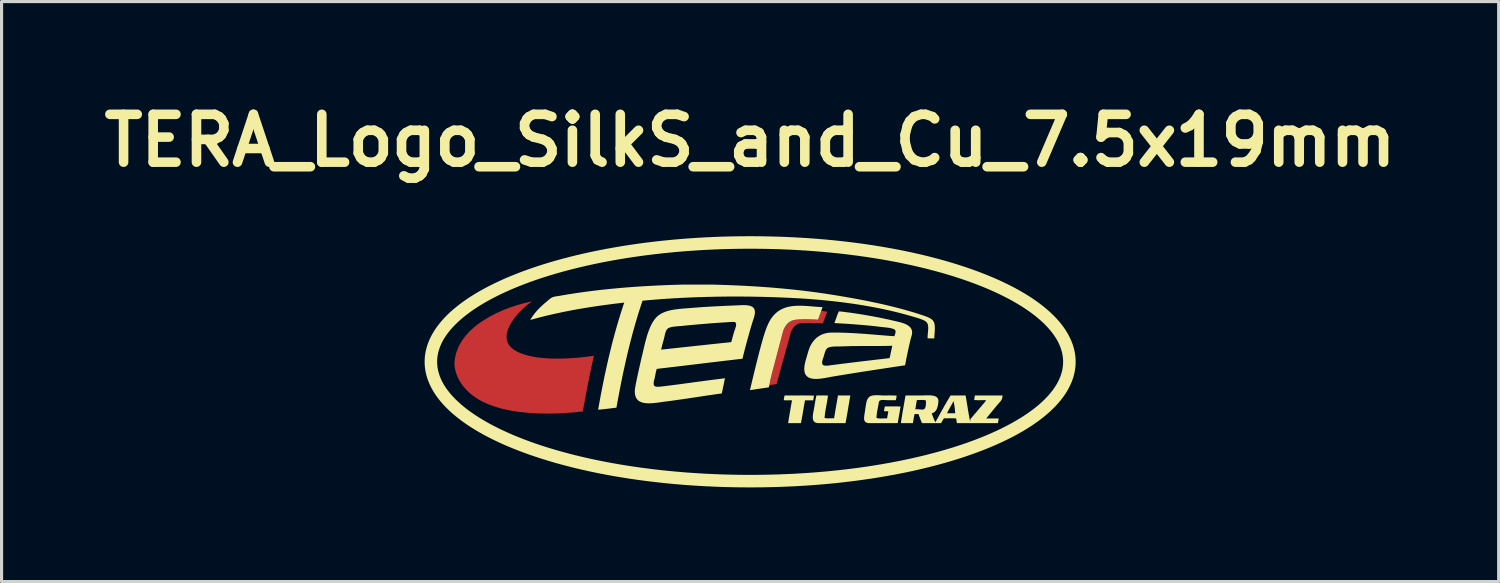
<source format=kicad_pcb>
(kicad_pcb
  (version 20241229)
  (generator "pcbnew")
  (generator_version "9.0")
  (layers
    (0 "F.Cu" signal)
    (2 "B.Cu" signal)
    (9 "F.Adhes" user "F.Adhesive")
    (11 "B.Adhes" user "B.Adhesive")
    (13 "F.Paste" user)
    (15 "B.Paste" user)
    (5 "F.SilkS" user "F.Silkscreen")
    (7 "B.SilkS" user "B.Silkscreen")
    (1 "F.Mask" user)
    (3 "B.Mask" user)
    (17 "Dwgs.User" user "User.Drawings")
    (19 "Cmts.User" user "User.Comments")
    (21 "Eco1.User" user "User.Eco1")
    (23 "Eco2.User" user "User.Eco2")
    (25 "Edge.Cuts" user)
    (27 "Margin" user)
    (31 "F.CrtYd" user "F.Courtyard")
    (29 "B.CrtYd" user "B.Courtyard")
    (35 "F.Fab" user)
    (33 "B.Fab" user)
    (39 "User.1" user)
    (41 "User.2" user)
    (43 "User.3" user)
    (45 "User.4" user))
  (footprint "TERA_Logo_SilkS_and_Cu_7.5x19mm"
    (layer "F.Cu")
    (at 20.843 8.474)
    (property "Reference" "TERA_Logo_SilkS_and_Cu_7.5x19mm" (at 0 -7.048 0) (layer "F.SilkS") (effects (font (size 1.524 1.524) (thickness 0.305))))
    (attr smd)
    (fp_poly (pts (xy 0.648 0.56) (xy 0.687 0.4) (xy 1.013 -0.837) (xy 1.018 -0.855) (xy 1.029 -0.899) (xy 1.046 -0.959) (xy 1.051 -0.978) (xy 1.06 -1.003) (xy 1.071 -1.033) (xy 1.086 -1.067) (xy 1.106 -1.104) (xy 1.129 -1.143) (xy 1.158 -1.181) (xy 1.191 -1.218) (xy 1.23 -1.253) (xy 1.275 -1.284) (xy 1.327 -1.31) (xy 1.385 -1.329) (xy 1.451 -1.341) (xy 1.517 -1.347) (xy 1.585 -1.352) (xy 1.654 -1.354) (xy 1.723 -1.356) (xy 1.791 -1.356) (xy 1.857 -1.355) (xy 1.919 -1.353) (xy 1.977 -1.351) (xy 2.029 -1.349) (xy 2.074 -1.347) (xy 2.111 -1.345) (xy 2.139 -1.343) (xy 2.157 -1.341) (xy 2.163 -1.341) (xy 2.266 -1.622) (xy 2.455 -1.597) (xy 2.315 -1.224) (xy 2.309 -1.224) (xy 2.292 -1.225) (xy 2.264 -1.226) (xy 2.226 -1.228) (xy 2.181 -1.23) (xy 2.129 -1.231) (xy 2.071 -1.233) (xy 2.009 -1.235) (xy 1.943 -1.237) (xy 1.875 -1.238) (xy 1.806 -1.239) (xy 1.737 -1.239) (xy 1.669 -1.238) (xy 1.601 -1.232) (xy 1.541 -1.215) (xy 1.489 -1.189) (xy 1.443 -1.158) (xy 1.405 -1.122) (xy 1.374 -1.085) (xy 1.348 -1.047) (xy 1.328 -1.012) (xy 1.313 -0.981) (xy 1.303 -0.956) (xy 1.297 -0.939) (xy 1.295 -0.933) (xy 0.841 0.709) (xy 0.612 0.744) (xy 0.648 0.56) (xy 0.648 0.56)) (stroke (width 0) (type solid)) (fill yes) (layer "F.Cu"))
    (fp_poly (pts (xy -4.976 -0.193) (xy -4.987 -0.143) (xy -4.999 -0.094) (xy -5.01 -0.044) (xy -5.021 0.005) (xy -5.032 0.055) (xy -5.043 0.105) (xy -5.054 0.155) (xy -5.064 0.205) (xy -5.075 0.255) (xy -5.085 0.305) (xy -5.096 0.356) (xy -5.106 0.406) (xy -5.117 0.456) (xy -5.127 0.507) (xy -5.137 0.557) (xy -5.147 0.608) (xy -5.157 0.659) (xy -5.167 0.71) (xy -5.177 0.76) (xy -5.187 0.811) (xy -5.197 0.862) (xy -5.207 0.913) (xy -5.216 0.964) (xy -5.226 1.015) (xy -5.236 1.067) (xy -5.245 1.118) (xy -5.255 1.169) (xy -5.264 1.22) (xy -5.273 1.272) (xy -5.283 1.323) (xy -5.292 1.374) (xy -5.302 1.426) (xy -5.311 1.477) (xy -5.32 1.529) (xy -5.329 1.58) (xy -5.385 1.587) (xy -5.44 1.593) (xy -5.495 1.598) (xy -5.551 1.604) (xy -5.607 1.609) (xy -5.663 1.614) (xy -5.718 1.618) (xy -5.774 1.623) (xy -5.83 1.627) (xy -5.886 1.63) (xy -5.943 1.634) (xy -5.999 1.637) (xy -6.055 1.64) (xy -6.111 1.642) (xy -6.167 1.644) (xy -6.223 1.646) (xy -6.279 1.647) (xy -6.335 1.648) (xy -6.391 1.649) (xy -6.447 1.649) (xy -6.502 1.649) (xy -6.558 1.648) (xy -6.613 1.648) (xy -6.668 1.646) (xy -6.723 1.645) (xy -6.778 1.643) (xy -6.833 1.64) (xy -6.888 1.638) (xy -6.942 1.634) (xy -6.996 1.631) (xy -7.05 1.627) (xy -7.103 1.622) (xy -7.157 1.618) (xy -7.21 1.612) (xy -7.262 1.607) (xy -7.315 1.6) (xy -7.367 1.594) (xy -7.418 1.587) (xy -7.47 1.579) (xy -7.521 1.571) (xy -7.571 1.563) (xy -7.622 1.554) (xy -7.671 1.544) (xy -7.721 1.535) (xy -7.77 1.524) (xy -7.818 1.513) (xy -7.866 1.502) (xy -7.914 1.49) (xy -7.961 1.478) (xy -8.007 1.465) (xy -8.053 1.452) (xy -8.099 1.438) (xy -8.144 1.423) (xy -8.188 1.408) (xy -8.232 1.393) (xy -8.275 1.377) (xy -8.317 1.36) (xy -8.359 1.343) (xy -8.401 1.326) (xy -8.441 1.307) (xy -8.481 1.289) (xy -8.521 1.269) (xy -8.56 1.249) (xy -8.597 1.229) (xy -8.635 1.208) (xy -8.671 1.186) (xy -8.707 1.164) (xy -8.742 1.141) (xy -8.776 1.117) (xy -8.81 1.093) (xy -8.842 1.069) (xy -8.874 1.043) (xy -8.905 1.017) (xy -8.941 0.986) (xy -8.977 0.953) (xy -9.011 0.92) (xy -9.045 0.885) (xy -9.078 0.85) (xy -9.11 0.813) (xy -9.14 0.775) (xy -9.17 0.736) (xy -9.199 0.696) (xy -9.226 0.654) (xy -9.252 0.612) (xy -9.276 0.568) (xy -9.299 0.523) (xy -9.32 0.476) (xy -9.34 0.428) (xy -9.358 0.379) (xy -9.374 0.328) (xy -9.388 0.276) (xy -9.4 0.223) (xy -9.41 0.168) (xy -9.418 0.111) (xy -9.418 0.006) (xy -9.412 -0.05) (xy -9.403 -0.104) (xy -9.393 -0.158) (xy -9.381 -0.211) (xy -9.367 -0.262) (xy -9.352 -0.313) (xy -9.334 -0.362) (xy -9.316 -0.41) (xy -9.295 -0.458) (xy -9.274 -0.504) (xy -9.25 -0.549) (xy -9.226 -0.593) (xy -9.2 -0.636) (xy -9.173 -0.678) (xy -9.145 -0.719) (xy -9.116 -0.759) (xy -9.086 -0.799) (xy -9.055 -0.837) (xy -9.023 -0.874) (xy -8.99 -0.91) (xy -8.957 -0.946) (xy -8.922 -0.98) (xy -8.888 -1.014) (xy -8.852 -1.047) (xy -8.816 -1.079) (xy -8.78 -1.11) (xy -8.743 -1.14) (xy -8.706 -1.169) (xy -8.668 -1.198) (xy -8.631 -1.225) (xy -8.593 -1.252) (xy -8.555 -1.278) (xy -8.517 -1.303) (xy -8.476 -1.33) (xy -8.435 -1.356) (xy -8.393 -1.381) (xy -8.351 -1.406) (xy -8.308 -1.431) (xy -8.265 -1.455) (xy -8.221 -1.478) (xy -8.176 -1.501) (xy -8.132 -1.524) (xy -8.087 -1.546) (xy -8.041 -1.568) (xy -7.995 -1.589) (xy -7.948 -1.61) (xy -7.902 -1.63) (xy -7.854 -1.65) (xy -7.807 -1.669) (xy -7.759 -1.688) (xy -7.71 -1.707) (xy -7.662 -1.724) (xy -7.613 -1.742) (xy -7.563 -1.759) (xy -7.513 -1.775) (xy -7.463 -1.791) (xy -7.413 -1.807) (xy -7.362 -1.822) (xy -7.312 -1.837) (xy -7.26 -1.851) (xy -7.209 -1.865) (xy -7.157 -1.878) (xy -7.105 -1.89) (xy -7.053 -1.903) (xy -7.001 -1.915) (xy -6.948 -1.926) (xy -6.989 -1.896) (xy -7.03 -1.865) (xy -7.07 -1.834) (xy -7.11 -1.802) (xy -7.149 -1.769) (xy -7.188 -1.735) (xy -7.226 -1.701) (xy -7.263 -1.666) (xy -7.3 -1.63) (xy -7.336 -1.594) (xy -7.372 -1.556) (xy -7.406 -1.518) (xy -7.44 -1.479) (xy -7.472 -1.439) (xy -7.504 -1.398) (xy -7.535 -1.356) (xy -7.565 -1.313) (xy -7.593 -1.269) (xy -7.62 -1.224) (xy -7.642 -1.186) (xy -7.662 -1.147) (xy -7.682 -1.105) (xy -7.701 -1.062) (xy -7.718 -1.017) (xy -7.732 -0.97) (xy -7.744 -0.923) (xy -7.752 -0.875) (xy -7.757 -0.826) (xy -7.758 -0.778) (xy -7.754 -0.729) (xy -7.745 -0.681) (xy -7.73 -0.631) (xy -7.709 -0.585) (xy -7.685 -0.543) (xy -7.655 -0.503) (xy -7.623 -0.466) (xy -7.586 -0.433) (xy -7.547 -0.402) (xy -7.505 -0.373) (xy -7.462 -0.347) (xy -7.416 -0.322) (xy -7.378 -0.304) (xy -7.339 -0.287) (xy -7.299 -0.27) (xy -7.258 -0.255) (xy -7.215 -0.24) (xy -7.172 -0.226) (xy -7.128 -0.213) (xy -7.082 -0.201) (xy -7.036 -0.189) (xy -6.989 -0.179) (xy -6.941 -0.169) (xy -6.892 -0.16) (xy -6.843 -0.151) (xy -6.793 -0.144) (xy -6.742 -0.137) (xy -6.69 -0.131) (xy -6.638 -0.125) (xy -6.586 -0.12) (xy -6.533 -0.116) (xy -6.48 -0.112) (xy -6.426 -0.109) (xy -6.372 -0.106) (xy -6.317 -0.104) (xy -6.262 -0.103) (xy -6.207 -0.102) (xy -6.152 -0.102) (xy -6.097 -0.102) (xy -6.041 -0.103) (xy -5.986 -0.104) (xy -5.93 -0.105) (xy -5.875 -0.107) (xy -5.819 -0.11) (xy -5.764 -0.113) (xy -5.709 -0.116) (xy -5.654 -0.119) (xy -5.599 -0.123) (xy -5.545 -0.128) (xy -5.491 -0.132) (xy -5.437 -0.137) (xy -5.383 -0.142) (xy -5.33 -0.148) (xy -5.278 -0.154) (xy -5.226 -0.16) (xy -5.175 -0.166) (xy -5.124 -0.172) (xy -5.074 -0.179) (xy -5.025 -0.186) (xy -4.976 -0.193)) (stroke (width 0) (type solid)) (fill yes) (layer "F.Cu"))
    (fp_poly (pts (xy 2.036 1.077) (xy 2.026 1.127) (xy 2.018 1.179) (xy 2.007 1.227) (xy 1.748 1.227) (xy 1.738 1.278) (xy 1.728 1.33) (xy 1.719 1.382) (xy 1.71 1.434) (xy 1.701 1.486) (xy 1.693 1.539) (xy 1.684 1.591) (xy 1.675 1.644) (xy 1.666 1.696) (xy 1.657 1.748) (xy 1.648 1.8) (xy 1.638 1.852) (xy 1.628 1.903) (xy 1.618 1.954) (xy 1.21 1.954) (xy 1.218 1.901) (xy 1.226 1.849) (xy 1.235 1.796) (xy 1.243 1.744) (xy 1.252 1.692) (xy 1.261 1.64) (xy 1.27 1.588) (xy 1.279 1.536) (xy 1.288 1.484) (xy 1.297 1.433) (xy 1.306 1.381) (xy 1.315 1.329) (xy 1.325 1.278) (xy 1.334 1.227) (xy 1.29 1.226) (xy 1.245 1.226) (xy 1.199 1.227) (xy 1.154 1.227) (xy 1.111 1.226) (xy 1.07 1.222) (xy 1.078 1.17) (xy 1.086 1.118) (xy 1.1 1.072) (xy 1.152 1.073) (xy 1.204 1.073) (xy 1.256 1.073) (xy 1.309 1.073) (xy 1.361 1.073) (xy 1.414 1.072) (xy 1.466 1.072) (xy 1.519 1.072) (xy 1.571 1.072) (xy 1.624 1.071) (xy 1.676 1.071) (xy 1.728 1.072) (xy 1.78 1.072) (xy 1.832 1.072) (xy 1.884 1.073) (xy 1.935 1.074) (xy 1.986 1.076) (xy 2.036 1.077) (xy 2.036 1.077)) (stroke (width 0) (type solid)) (fill yes) (layer "F.SilkS"))
    (fp_poly (pts (xy 2.798 1.072) (xy 3.192 1.072) (xy 3.183 1.124) (xy 3.173 1.176) (xy 3.164 1.227) (xy 3.156 1.28) (xy 3.147 1.332) (xy 3.138 1.384) (xy 3.129 1.436) (xy 3.121 1.488) (xy 3.112 1.541) (xy 3.103 1.593) (xy 3.094 1.645) (xy 3.085 1.697) (xy 3.076 1.749) (xy 3.067 1.8) (xy 3.057 1.852) (xy 3.048 1.903) (xy 3.038 1.954) (xy 2.171 1.954) (xy 2.123 1.948) (xy 2.085 1.936) (xy 2.054 1.918) (xy 2.03 1.895) (xy 2.013 1.867) (xy 2.002 1.835) (xy 1.996 1.8) (xy 1.994 1.762) (xy 1.996 1.721) (xy 2.001 1.679) (xy 2.007 1.635) (xy 2.016 1.59) (xy 2.025 1.545) (xy 2.033 1.5) (xy 2.041 1.456) (xy 2.05 1.401) (xy 2.059 1.348) (xy 2.067 1.296) (xy 2.076 1.246) (xy 2.084 1.199) (xy 2.093 1.153) (xy 2.102 1.111) (xy 2.111 1.072) (xy 2.164 1.073) (xy 2.217 1.073) (xy 2.272 1.072) (xy 2.325 1.071) (xy 2.378 1.072) (xy 2.43 1.073) (xy 2.48 1.077) (xy 2.473 1.129) (xy 2.465 1.18) (xy 2.457 1.231) (xy 2.448 1.282) (xy 2.439 1.333) (xy 2.429 1.384) (xy 2.42 1.435) (xy 2.411 1.485) (xy 2.402 1.536) (xy 2.394 1.587) (xy 2.387 1.637) (xy 2.38 1.688) (xy 2.375 1.739) (xy 2.37 1.789) (xy 2.414 1.797) (xy 2.464 1.801) (xy 2.516 1.801) (xy 2.57 1.799) (xy 2.623 1.798) (xy 2.674 1.799) (xy 2.683 1.747) (xy 2.691 1.695) (xy 2.7 1.643) (xy 2.708 1.59) (xy 2.717 1.538) (xy 2.726 1.486) (xy 2.735 1.434) (xy 2.744 1.382) (xy 2.753 1.33) (xy 2.762 1.279) (xy 2.771 1.227) (xy 2.78 1.175) (xy 2.789 1.124) (xy 2.798 1.072) (xy 2.798 1.072)) (stroke (width 0) (type solid)) (fill yes) (layer "F.SilkS"))
    (fp_poly (pts (xy 4.791 1.426) (xy 4.783 1.474) (xy 4.775 1.523) (xy 4.767 1.571) (xy 4.759 1.619) (xy 4.751 1.667) (xy 4.742 1.714) (xy 4.734 1.762) (xy 4.726 1.81) (xy 4.717 1.858) (xy 4.709 1.906) (xy 4.701 1.954) (xy 3.78 1.954) (xy 3.726 1.945) (xy 3.686 1.928) (xy 3.658 1.903) (xy 3.64 1.871) (xy 3.631 1.832) (xy 3.629 1.788) (xy 3.633 1.739) (xy 3.64 1.685) (xy 3.647 1.643) (xy 3.653 1.6) (xy 3.659 1.559) (xy 3.665 1.52) (xy 3.673 1.468) (xy 3.681 1.417) (xy 3.689 1.366) (xy 3.697 1.317) (xy 3.708 1.27) (xy 3.722 1.227) (xy 3.739 1.187) (xy 3.761 1.152) (xy 3.789 1.123) (xy 3.823 1.099) (xy 3.864 1.082) (xy 3.91 1.072) (xy 3.959 1.066) (xy 4.008 1.064) (xy 4.059 1.064) (xy 4.111 1.066) (xy 4.162 1.069) (xy 4.213 1.071) (xy 4.263 1.072) (xy 4.312 1.072) (xy 4.361 1.072) (xy 4.41 1.071) (xy 4.46 1.071) (xy 4.51 1.072) (xy 4.561 1.073) (xy 4.613 1.074) (xy 4.666 1.077) (xy 4.659 1.129) (xy 4.651 1.179) (xy 4.636 1.222) (xy 4.382 1.222) (xy 4.33 1.22) (xy 4.275 1.216) (xy 4.221 1.215) (xy 4.172 1.219) (xy 4.133 1.232) (xy 4.109 1.26) (xy 4.096 1.304) (xy 4.088 1.351) (xy 4.08 1.401) (xy 4.071 1.45) (xy 4.061 1.5) (xy 4.052 1.548) (xy 4.044 1.597) (xy 4.037 1.645) (xy 4.031 1.692) (xy 4.026 1.739) (xy 4.024 1.784) (xy 4.061 1.798) (xy 4.106 1.805) (xy 4.155 1.807) (xy 4.207 1.805) (xy 4.261 1.803) (xy 4.313 1.802) (xy 4.362 1.804) (xy 4.37 1.758) (xy 4.378 1.712) (xy 4.386 1.667) (xy 4.394 1.621) (xy 4.402 1.575) (xy 4.354 1.575) (xy 4.305 1.576) (xy 4.263 1.57) (xy 4.271 1.519) (xy 4.28 1.468) (xy 4.293 1.421) (xy 4.342 1.421) (xy 4.392 1.422) (xy 4.443 1.421) (xy 4.494 1.421) (xy 4.545 1.42) (xy 4.595 1.42) (xy 4.645 1.42) (xy 4.695 1.421) (xy 4.743 1.423) (xy 4.791 1.426) (xy 4.791 1.426)) (stroke (width 0) (type solid)) (fill yes) (layer "F.SilkS"))
    (fp_poly (pts (xy 0.597 0.812) (xy -0.005 0.903) (xy -0.005 0.9) (xy -0.002 0.89) (xy 0.001 0.875) (xy 0.006 0.854) (xy 0.012 0.828) (xy 0.019 0.797) (xy 0.028 0.761) (xy 0.037 0.721) (xy 0.048 0.677) (xy 0.059 0.629) (xy 0.071 0.577) (xy 0.085 0.523) (xy 0.098 0.466) (xy 0.113 0.406) (xy 0.128 0.344) (xy 0.143 0.281) (xy 0.159 0.216) (xy 0.175 0.149) (xy 0.192 0.082) (xy 0.209 0.014) (xy 0.226 -0.054) (xy 0.243 -0.123) (xy 0.261 -0.191) (xy 0.278 -0.258) (xy 0.295 -0.324) (xy 0.312 -0.389) (xy 0.329 -0.453) (xy 0.346 -0.514) (xy 0.362 -0.574) (xy 0.378 -0.631) (xy 0.393 -0.685) (xy 0.408 -0.736) (xy 0.424 -0.79) (xy 0.44 -0.843) (xy 0.457 -0.896) (xy 0.474 -0.948) (xy 0.491 -1) (xy 0.509 -1.05) (xy 0.528 -1.099) (xy 0.548 -1.147) (xy 0.569 -1.194) (xy 0.59 -1.24) (xy 0.614 -1.285) (xy 0.638 -1.328) (xy 0.664 -1.369) (xy 0.692 -1.409) (xy 0.722 -1.448) (xy 0.753 -1.484) (xy 0.785 -1.518) (xy 0.819 -1.55) (xy 0.855 -1.581) (xy 0.892 -1.609) (xy 0.932 -1.635) (xy 0.973 -1.659) (xy 1.016 -1.681) (xy 1.06 -1.701) (xy 1.107 -1.719) (xy 1.156 -1.735) (xy 1.206 -1.749) (xy 1.259 -1.76) (xy 1.313 -1.769) (xy 1.37 -1.777) (xy 1.429 -1.781) (xy 1.483 -1.784) (xy 1.536 -1.786) (xy 1.589 -1.786) (xy 1.642 -1.785) (xy 1.694 -1.784) (xy 1.745 -1.781) (xy 1.797 -1.778) (xy 1.848 -1.775) (xy 1.899 -1.771) (xy 1.95 -1.766) (xy 2 -1.762) (xy 2.051 -1.758) (xy 2.101 -1.754) (xy 2.152 -1.75) (xy 2.203 -1.747) (xy 2.254 -1.744) (xy 2.305 -1.742) (xy 2.293 -1.701) (xy 2.278 -1.663) (xy 2.266 -1.622) (xy 2.163 -1.341) (xy 2.157 -1.341) (xy 2.139 -1.343) (xy 2.111 -1.345) (xy 2.074 -1.347) (xy 2.029 -1.349) (xy 1.977 -1.351) (xy 1.919 -1.353) (xy 1.857 -1.355) (xy 1.791 -1.356) (xy 1.723 -1.356) (xy 1.654 -1.354) (xy 1.585 -1.352) (xy 1.517 -1.347) (xy 1.451 -1.341) (xy 1.385 -1.329) (xy 1.327 -1.31) (xy 1.275 -1.284) (xy 1.23 -1.253) (xy 1.191 -1.218) (xy 1.158 -1.181) (xy 1.129 -1.143) (xy 1.106 -1.104) (xy 1.086 -1.067) (xy 1.071 -1.033) (xy 1.06 -1.003) (xy 1.051 -0.978) (xy 1.046 -0.959) (xy 1.029 -0.899) (xy 1.018 -0.855) (xy 1.013 -0.837) (xy 0.687 0.4) (xy 0.648 0.56) (xy 0.612 0.744) (xy 0.602 0.786) (xy 0.597 0.812)) (stroke (width 0) (type solid)) (fill yes) (layer "F.SilkS"))
    (fp_poly (pts (xy 8.038 1.072) (xy 8.038 1.102) (xy 8.03 1.156) (xy 8.013 1.202) (xy 7.988 1.242) (xy 7.959 1.279) (xy 7.926 1.314) (xy 7.893 1.351) (xy 7.862 1.389) (xy 7.83 1.426) (xy 7.798 1.464) (xy 7.767 1.502) (xy 7.735 1.541) (xy 7.704 1.579) (xy 7.673 1.617) (xy 7.642 1.655) (xy 7.611 1.692) (xy 7.58 1.73) (xy 7.55 1.767) (xy 7.52 1.804) (xy 7.918 1.804) (xy 7.91 1.855) (xy 7.901 1.904) (xy 7.893 1.954) (xy 6.588 1.954) (xy 6.528 1.59) (xy 6.523 1.54) (xy 6.518 1.49) (xy 6.512 1.44) (xy 6.505 1.391) (xy 6.498 1.343) (xy 6.489 1.297) (xy 6.479 1.252) (xy 6.456 1.295) (xy 6.433 1.338) (xy 6.409 1.381) (xy 6.385 1.423) (xy 6.361 1.466) (xy 6.337 1.508) (xy 6.314 1.551) (xy 6.291 1.595) (xy 6.27 1.64) (xy 6.534 1.64) (xy 6.528 1.59) (xy 6.588 1.954) (xy 6.578 1.906) (xy 6.569 1.857) (xy 6.564 1.804) (xy 6.518 1.801) (xy 6.47 1.799) (xy 6.422 1.799) (xy 6.372 1.799) (xy 6.323 1.799) (xy 6.273 1.8) (xy 6.224 1.8) (xy 6.175 1.799) (xy 6.149 1.836) (xy 6.126 1.875) (xy 6.103 1.914) (xy 6.081 1.954) (xy 5.473 1.954) (xy 5.553 1.501) (xy 5.575 1.471) (xy 5.589 1.428) (xy 5.596 1.379) (xy 5.599 1.326) (xy 5.6 1.277) (xy 5.602 1.237) (xy 5.565 1.223) (xy 5.52 1.216) (xy 5.469 1.215) (xy 5.416 1.217) (xy 5.364 1.218) (xy 5.313 1.217) (xy 5.302 1.265) (xy 5.293 1.314) (xy 5.285 1.365) (xy 5.277 1.416) (xy 5.269 1.467) (xy 5.259 1.515) (xy 5.304 1.511) (xy 5.351 1.512) (xy 5.398 1.517) (xy 5.443 1.521) (xy 5.485 1.522) (xy 5.522 1.516) (xy 5.553 1.501) (xy 5.553 1.501) (xy 5.473 1.954) (xy 5.454 1.906) (xy 5.435 1.859) (xy 5.417 1.811) (xy 5.398 1.763) (xy 5.38 1.714) (xy 5.363 1.665) (xy 5.239 1.665) (xy 5.227 1.711) (xy 5.218 1.758) (xy 5.209 1.807) (xy 5.202 1.857) (xy 5.193 1.906) (xy 5.184 1.954) (xy 4.801 1.954) (xy 4.809 1.901) (xy 4.817 1.849) (xy 4.825 1.797) (xy 4.834 1.744) (xy 4.842 1.692) (xy 4.851 1.64) (xy 4.859 1.588) (xy 4.868 1.536) (xy 4.877 1.485) (xy 4.886 1.433) (xy 4.895 1.381) (xy 4.904 1.33) (xy 4.913 1.278) (xy 4.922 1.227) (xy 4.931 1.175) (xy 4.941 1.124) (xy 4.95 1.072) (xy 5.433 1.072) (xy 5.483 1.072) (xy 5.534 1.07) (xy 5.585 1.069) (xy 5.636 1.068) (xy 5.686 1.068) (xy 5.735 1.069) (xy 5.782 1.073) (xy 5.825 1.079) (xy 5.866 1.088) (xy 5.902 1.101) (xy 5.933 1.119) (xy 5.959 1.141) (xy 5.978 1.168) (xy 5.991 1.202) (xy 5.996 1.237) (xy 5.995 1.28) (xy 5.99 1.329) (xy 5.982 1.379) (xy 5.97 1.428) (xy 5.956 1.473) (xy 5.941 1.511) (xy 5.918 1.55) (xy 5.892 1.582) (xy 5.86 1.608) (xy 5.824 1.628) (xy 5.782 1.645) (xy 5.801 1.692) (xy 5.82 1.74) (xy 5.838 1.788) (xy 5.857 1.835) (xy 5.878 1.88) (xy 5.901 1.924) (xy 5.926 1.879) (xy 5.951 1.833) (xy 5.976 1.788) (xy 6.001 1.743) (xy 6.026 1.697) (xy 6.051 1.652) (xy 6.076 1.607) (xy 6.101 1.562) (xy 6.126 1.517) (xy 6.152 1.472) (xy 6.177 1.427) (xy 6.202 1.382) (xy 6.228 1.337) (xy 6.253 1.293) (xy 6.279 1.248) (xy 6.305 1.204) (xy 6.331 1.16) (xy 6.358 1.116) (xy 6.384 1.072) (xy 6.862 1.072) (xy 6.872 1.124) (xy 6.881 1.176) (xy 6.89 1.228) (xy 6.898 1.28) (xy 6.907 1.333) (xy 6.916 1.385) (xy 6.924 1.438) (xy 6.933 1.49) (xy 6.941 1.543) (xy 6.95 1.595) (xy 6.959 1.647) (xy 6.968 1.699) (xy 6.977 1.751) (xy 6.987 1.802) (xy 6.997 1.853) (xy 7.007 1.904) (xy 7.012 1.864) (xy 7.017 1.824) (xy 7.048 1.787) (xy 7.079 1.75) (xy 7.111 1.712) (xy 7.144 1.674) (xy 7.176 1.636) (xy 7.209 1.598) (xy 7.241 1.559) (xy 7.274 1.521) (xy 7.306 1.483) (xy 7.339 1.445) (xy 7.371 1.407) (xy 7.403 1.37) (xy 7.434 1.333) (xy 7.465 1.296) (xy 7.498 1.257) (xy 7.51 1.222) (xy 7.463 1.221) (xy 7.416 1.221) (xy 7.368 1.222) (xy 7.32 1.222) (xy 7.272 1.223) (xy 7.226 1.222) (xy 7.18 1.22) (xy 7.136 1.217) (xy 7.143 1.167) (xy 7.15 1.118) (xy 7.161 1.072) (xy 8.038 1.072) (xy 8.038 1.072)) (stroke (width 0) (type solid)) (fill yes) (layer "F.SilkS"))
    (fp_poly (pts (xy 5.159 -0.96) (xy 4.442 -0.118) (xy 4.453 -0.167) (xy 4.464 -0.216) (xy 4.475 -0.265) (xy 4.486 -0.314) (xy 4.496 -0.363) (xy 4.507 -0.412) (xy 4.517 -0.461) (xy 4.527 -0.511) (xy 4.477 -0.51) (xy 4.427 -0.508) (xy 4.377 -0.507) (xy 4.327 -0.506) (xy 4.275 -0.505) (xy 4.224 -0.505) (xy 4.172 -0.504) (xy 4.12 -0.504) (xy 4.067 -0.504) (xy 4.015 -0.503) (xy 3.962 -0.503) (xy 3.909 -0.503) (xy 3.855 -0.503) (xy 3.802 -0.503) (xy 3.748 -0.503) (xy 3.695 -0.503) (xy 3.641 -0.503) (xy 3.587 -0.503) (xy 3.534 -0.503) (xy 3.48 -0.503) (xy 3.427 -0.502) (xy 3.373 -0.502) (xy 3.32 -0.501) (xy 3.267 -0.501) (xy 3.214 -0.5) (xy 3.161 -0.498) (xy 3.108 -0.497) (xy 3.056 -0.495) (xy 3.004 -0.494) (xy 2.953 -0.492) (xy 2.899 -0.49) (xy 2.845 -0.489) (xy 2.79 -0.489) (xy 2.737 -0.488) (xy 2.685 -0.487) (xy 2.635 -0.484) (xy 2.588 -0.478) (xy 2.544 -0.47) (xy 2.504 -0.458) (xy 2.47 -0.442) (xy 2.441 -0.417) (xy 2.416 -0.382) (xy 2.396 -0.34) (xy 2.379 -0.292) (xy 2.364 -0.242) (xy 2.35 -0.193) (xy 2.339 -0.157) (xy 2.324 -0.116) (xy 2.31 -0.071) (xy 2.298 -0.026) (xy 2.292 0.018) (xy 2.296 0.058) (xy 2.31 0.091) (xy 2.337 0.111) (xy 2.375 0.122) (xy 2.421 0.124) (xy 2.47 0.122) (xy 2.517 0.117) (xy 2.559 0.111) (xy 2.612 0.104) (xy 2.665 0.097) (xy 2.718 0.09) (xy 2.771 0.083) (xy 2.823 0.077) (xy 2.876 0.07) (xy 2.929 0.063) (xy 2.981 0.057) (xy 3.034 0.05) (xy 3.086 0.044) (xy 3.139 0.037) (xy 3.191 0.031) (xy 3.243 0.024) (xy 3.296 0.018) (xy 3.348 0.012) (xy 3.4 0.005) (xy 3.452 -0.001) (xy 3.505 -0.007) (xy 3.557 -0.013) (xy 3.609 -0.02) (xy 3.661 -0.026) (xy 3.713 -0.032) (xy 3.765 -0.038) (xy 3.817 -0.044) (xy 3.87 -0.05) (xy 3.922 -0.057) (xy 3.974 -0.063) (xy 4.026 -0.069) (xy 4.078 -0.075) (xy 4.13 -0.081) (xy 4.182 -0.087) (xy 4.234 -0.093) (xy 4.286 -0.1) (xy 4.338 -0.106) (xy 4.39 -0.112) (xy 4.442 -0.118) (xy 4.442 -0.118) (xy 5.159 -0.96) (xy 5.159 -0.915) (xy 5.153 -0.869) (xy 5.142 -0.824) (xy 5.129 -0.779) (xy 5.116 -0.735) (xy 5.104 -0.691) (xy 5.093 -0.642) (xy 5.082 -0.593) (xy 5.07 -0.543) (xy 5.059 -0.493) (xy 5.048 -0.443) (xy 5.037 -0.392) (xy 5.026 -0.342) (xy 5.015 -0.291) (xy 5.004 -0.24) (xy 4.994 -0.189) (xy 4.983 -0.138) (xy 4.973 -0.088) (xy 4.963 -0.038) (xy 4.954 0.012) (xy 4.944 0.062) (xy 4.935 0.111) (xy 4.883 0.119) (xy 4.832 0.126) (xy 4.781 0.134) (xy 4.729 0.142) (xy 4.678 0.15) (xy 4.627 0.157) (xy 4.576 0.165) (xy 4.525 0.173) (xy 4.474 0.18) (xy 4.423 0.188) (xy 4.372 0.196) (xy 4.321 0.203) (xy 4.27 0.211) (xy 4.219 0.219) (xy 4.168 0.226) (xy 4.117 0.234) (xy 4.066 0.242) (xy 4.016 0.25) (xy 3.965 0.257) (xy 3.914 0.265) (xy 3.863 0.273) (xy 3.812 0.281) (xy 3.761 0.289) (xy 3.711 0.297) (xy 3.66 0.304) (xy 3.609 0.312) (xy 3.558 0.32) (xy 3.507 0.328) (xy 3.456 0.336) (xy 3.405 0.344) (xy 3.354 0.352) (xy 3.303 0.36) (xy 3.252 0.369) (xy 3.201 0.377) (xy 3.15 0.385) (xy 3.098 0.393) (xy 3.047 0.402) (xy 2.996 0.41) (xy 2.944 0.418) (xy 2.893 0.427) (xy 2.841 0.435) (xy 2.789 0.444) (xy 2.738 0.452) (xy 2.686 0.461) (xy 2.634 0.47) (xy 2.595 0.476) (xy 2.554 0.484) (xy 2.512 0.492) (xy 2.468 0.5) (xy 2.423 0.509) (xy 2.377 0.517) (xy 2.331 0.524) (xy 2.284 0.531) (xy 2.238 0.537) (xy 2.191 0.541) (xy 2.146 0.544) (xy 2.101 0.545) (xy 2.058 0.545) (xy 2.015 0.542) (xy 1.975 0.536) (xy 1.937 0.528) (xy 1.9 0.516) (xy 1.867 0.501) (xy 1.836 0.483) (xy 1.809 0.461) (xy 1.785 0.435) (xy 1.764 0.405) (xy 1.748 0.37) (xy 1.735 0.33) (xy 1.728 0.285) (xy 1.724 0.234) (xy 1.726 0.183) (xy 1.731 0.131) (xy 1.739 0.08) (xy 1.75 0.03) (xy 1.762 -0.019) (xy 1.776 -0.067) (xy 1.789 -0.114) (xy 1.802 -0.158) (xy 1.817 -0.21) (xy 1.832 -0.261) (xy 1.846 -0.311) (xy 1.861 -0.359) (xy 1.877 -0.407) (xy 1.895 -0.453) (xy 1.914 -0.497) (xy 1.937 -0.541) (xy 1.962 -0.583) (xy 1.989 -0.624) (xy 2.018 -0.662) (xy 2.049 -0.698) (xy 2.082 -0.732) (xy 2.117 -0.764) (xy 2.155 -0.793) (xy 2.194 -0.82) (xy 2.235 -0.845) (xy 2.279 -0.866) (xy 2.325 -0.884) (xy 2.372 -0.9) (xy 2.422 -0.912) (xy 2.474 -0.922) (xy 2.528 -0.927) (xy 2.584 -0.93) (xy 2.64 -0.93) (xy 2.696 -0.93) (xy 2.751 -0.93) (xy 2.805 -0.93) (xy 2.86 -0.929) (xy 2.914 -0.928) (xy 2.968 -0.926) (xy 3.022 -0.925) (xy 3.075 -0.923) (xy 3.128 -0.921) (xy 3.181 -0.918) (xy 3.233 -0.916) (xy 3.286 -0.913) (xy 3.338 -0.91) (xy 3.39 -0.907) (xy 3.441 -0.904) (xy 3.493 -0.9) (xy 3.544 -0.897) (xy 3.595 -0.893) (xy 3.646 -0.89) (xy 3.697 -0.886) (xy 3.748 -0.882) (xy 3.798 -0.878) (xy 3.849 -0.874) (xy 3.899 -0.87) (xy 3.949 -0.866) (xy 3.999 -0.861) (xy 4.049 -0.857) (xy 4.099 -0.853) (xy 4.149 -0.849) (xy 4.199 -0.845) (xy 4.248 -0.841) (xy 4.298 -0.837) (xy 4.348 -0.833) (xy 4.398 -0.829) (xy 4.447 -0.826) (xy 4.497 -0.822) (xy 4.547 -0.819) (xy 4.596 -0.815) (xy 4.609 -0.857) (xy 4.624 -0.904) (xy 4.633 -0.953) (xy 4.626 -0.999) (xy 4.609 -1.022) (xy 4.579 -1.041) (xy 4.538 -1.056) (xy 4.49 -1.069) (xy 4.436 -1.08) (xy 4.38 -1.088) (xy 4.324 -1.095) (xy 4.272 -1.1) (xy 4.225 -1.105) (xy 4.188 -1.109) (xy 4.138 -1.115) (xy 4.087 -1.121) (xy 4.036 -1.127) (xy 3.985 -1.133) (xy 3.934 -1.138) (xy 3.882 -1.144) (xy 3.83 -1.149) (xy 3.778 -1.154) (xy 3.726 -1.159) (xy 3.674 -1.164) (xy 3.622 -1.169) (xy 3.569 -1.173) (xy 3.517 -1.178) (xy 3.464 -1.182) (xy 3.411 -1.186) (xy 3.359 -1.191) (xy 3.306 -1.195) (xy 3.253 -1.198) (xy 3.201 -1.202) (xy 3.148 -1.206) (xy 3.096 -1.209) (xy 3.044 -1.213) (xy 2.992 -1.216) (xy 2.94 -1.219) (xy 2.888 -1.222) (xy 2.837 -1.225) (xy 2.786 -1.228) (xy 2.735 -1.231) (xy 2.684 -1.234) (xy 2.701 -1.28) (xy 2.719 -1.33) (xy 2.737 -1.381) (xy 2.755 -1.431) (xy 2.773 -1.481) (xy 2.791 -1.528) (xy 2.81 -1.57) (xy 2.828 -1.607) (xy 2.881 -1.602) (xy 2.934 -1.596) (xy 2.986 -1.59) (xy 3.039 -1.583) (xy 3.092 -1.577) (xy 3.144 -1.57) (xy 3.197 -1.563) (xy 3.249 -1.555) (xy 3.302 -1.548) (xy 3.354 -1.54) (xy 3.407 -1.532) (xy 3.459 -1.524) (xy 3.512 -1.516) (xy 3.564 -1.508) (xy 3.616 -1.499) (xy 3.668 -1.49) (xy 3.72 -1.481) (xy 3.772 -1.472) (xy 3.824 -1.463) (xy 3.876 -1.453) (xy 3.928 -1.444) (xy 3.979 -1.434) (xy 4.03 -1.424) (xy 4.082 -1.414) (xy 4.133 -1.404) (xy 4.183 -1.393) (xy 4.234 -1.383) (xy 4.285 -1.372) (xy 4.335 -1.361) (xy 4.385 -1.351) (xy 4.435 -1.34) (xy 4.485 -1.329) (xy 4.534 -1.317) (xy 4.583 -1.306) (xy 4.632 -1.295) (xy 4.681 -1.283) (xy 4.727 -1.272) (xy 4.775 -1.26) (xy 4.823 -1.247) (xy 4.871 -1.231) (xy 4.919 -1.214) (xy 4.964 -1.194) (xy 5.007 -1.172) (xy 5.046 -1.146) (xy 5.081 -1.117) (xy 5.111 -1.084) (xy 5.134 -1.047) (xy 5.151 -1.006) (xy 5.159 -0.96)) (stroke (width 0) (type solid)) (fill yes) (layer "F.SilkS"))
    (fp_poly (pts (xy 0.139 -1.667) (xy -0.518 -0.93) (xy -0.508 -0.962) (xy -0.492 -1.006) (xy -0.474 -1.057) (xy -0.458 -1.11) (xy -0.448 -1.162) (xy -0.447 -1.208) (xy -0.459 -1.244) (xy -0.481 -1.262) (xy -0.515 -1.27) (xy -0.557 -1.271) (xy -0.603 -1.268) (xy -0.653 -1.266) (xy -0.703 -1.263) (xy -0.754 -1.259) (xy -0.804 -1.256) (xy -0.855 -1.253) (xy -0.907 -1.25) (xy -0.958 -1.246) (xy -1.01 -1.243) (xy -1.062 -1.239) (xy -1.114 -1.235) (xy -1.166 -1.231) (xy -1.219 -1.228) (xy -1.271 -1.224) (xy -1.324 -1.219) (xy -1.376 -1.215) (xy -1.429 -1.211) (xy -1.481 -1.207) (xy -1.534 -1.202) (xy -1.587 -1.198) (xy -1.639 -1.193) (xy -1.692 -1.189) (xy -1.744 -1.184) (xy -1.796 -1.179) (xy -1.849 -1.175) (xy -1.9 -1.17) (xy -1.952 -1.165) (xy -2.004 -1.16) (xy -2.055 -1.155) (xy -2.106 -1.149) (xy -2.157 -1.144) (xy -2.204 -1.14) (xy -2.255 -1.136) (xy -2.308 -1.132) (xy -2.363 -1.127) (xy -2.418 -1.121) (xy -2.47 -1.114) (xy -2.52 -1.104) (xy -2.564 -1.091) (xy -2.601 -1.075) (xy -2.63 -1.054) (xy -2.658 -1.021) (xy -2.68 -0.979) (xy -2.698 -0.931) (xy -2.712 -0.881) (xy -2.724 -0.829) (xy -2.734 -0.78) (xy -2.745 -0.736) (xy -2.759 -0.685) (xy -2.772 -0.635) (xy -2.786 -0.587) (xy -2.799 -0.539) (xy -2.811 -0.49) (xy -2.823 -0.44) (xy -2.834 -0.387) (xy -2.783 -0.393) (xy -2.731 -0.398) (xy -2.679 -0.404) (xy -2.627 -0.409) (xy -2.575 -0.415) (xy -2.523 -0.421) (xy -2.472 -0.426) (xy -2.42 -0.432) (xy -2.368 -0.438) (xy -2.316 -0.443) (xy -2.264 -0.449) (xy -2.213 -0.454) (xy -2.161 -0.46) (xy -2.109 -0.466) (xy -2.057 -0.471) (xy -2.005 -0.477) (xy -1.953 -0.483) (xy -1.902 -0.488) (xy -1.85 -0.494) (xy -1.798 -0.499) (xy -1.746 -0.505) (xy -1.694 -0.511) (xy -1.642 -0.516) (xy -1.59 -0.522) (xy -1.538 -0.527) (xy -1.487 -0.533) (xy -1.435 -0.538) (xy -1.383 -0.544) (xy -1.331 -0.55) (xy -1.279 -0.555) (xy -1.227 -0.561) (xy -1.175 -0.566) (xy -1.123 -0.572) (xy -1.071 -0.577) (xy -1.019 -0.583) (xy -0.967 -0.588) (xy -0.915 -0.594) (xy -0.863 -0.599) (xy -0.811 -0.604) (xy -0.759 -0.61) (xy -0.707 -0.615) (xy -0.655 -0.621) (xy -0.603 -0.626) (xy -0.587 -0.677) (xy -0.574 -0.726) (xy -0.561 -0.774) (xy -0.548 -0.822) (xy -0.534 -0.874) (xy -0.518 -0.93) (xy 0.139 -1.667) (xy 0.149 -1.625) (xy 0.153 -1.581) (xy 0.15 -1.535) (xy 0.142 -1.488) (xy 0.131 -1.441) (xy 0.117 -1.394) (xy 0.102 -1.349) (xy 0.087 -1.305) (xy 0.074 -1.263) (xy 0.059 -1.215) (xy 0.045 -1.166) (xy 0.03 -1.117) (xy 0.015 -1.066) (xy 0.000277 -1.015) (xy -0.015 -0.963) (xy -0.029 -0.911) (xy -0.044 -0.858) (xy -0.059 -0.806) (xy -0.074 -0.753) (xy -0.088 -0.7) (xy -0.103 -0.647) (xy -0.117 -0.594) (xy -0.131 -0.542) (xy -0.145 -0.49) (xy -0.158 -0.438) (xy -0.172 -0.387) (xy -0.185 -0.337) (xy -0.197 -0.287) (xy -0.21 -0.238) (xy -0.222 -0.19) (xy -0.233 -0.144) (xy -0.245 -0.098) (xy -0.297 -0.092) (xy -0.35 -0.086) (xy -0.402 -0.08) (xy -0.455 -0.074) (xy -0.508 -0.068) (xy -0.56 -0.061) (xy -0.613 -0.055) (xy -0.665 -0.049) (xy -0.718 -0.043) (xy -0.77 -0.037) (xy -0.823 -0.031) (xy -0.875 -0.024) (xy -0.928 -0.018) (xy -0.98 -0.012) (xy -1.033 -0.006) (xy -1.085 0.001) (xy -1.138 0.007) (xy -1.19 0.013) (xy -1.242 0.019) (xy -1.295 0.026) (xy -1.347 0.032) (xy -1.4 0.038) (xy -1.452 0.045) (xy -1.505 0.051) (xy -1.557 0.057) (xy -1.609 0.064) (xy -1.662 0.07) (xy -1.714 0.076) (xy -1.767 0.082) (xy -1.819 0.089) (xy -1.871 0.095) (xy -1.924 0.101) (xy -1.976 0.108) (xy -2.029 0.114) (xy -2.081 0.12) (xy -2.134 0.127) (xy -2.186 0.133) (xy -2.238 0.139) (xy -2.291 0.145) (xy -2.343 0.152) (xy -2.396 0.158) (xy -2.448 0.164) (xy -2.501 0.17) (xy -2.553 0.176) (xy -2.606 0.183) (xy -2.658 0.189) (xy -2.711 0.195) (xy -2.763 0.201) (xy -2.816 0.207) (xy -2.869 0.213) (xy -2.921 0.22) (xy -2.974 0.226) (xy -2.987 0.266) (xy -2.997 0.307) (xy -3.007 0.35) (xy -3.015 0.394) (xy -3.024 0.441) (xy -3.034 0.489) (xy -3.043 0.53) (xy -3.056 0.576) (xy -3.067 0.626) (xy -3.073 0.675) (xy -3.072 0.721) (xy -3.059 0.758) (xy -3.032 0.781) (xy -2.991 0.793) (xy -2.942 0.796) (xy -2.888 0.794) (xy -2.836 0.789) (xy -2.79 0.783) (xy -2.738 0.777) (xy -2.686 0.771) (xy -2.634 0.764) (xy -2.582 0.758) (xy -2.53 0.751) (xy -2.477 0.744) (xy -2.425 0.737) (xy -2.372 0.731) (xy -2.319 0.724) (xy -2.266 0.717) (xy -2.213 0.71) (xy -2.16 0.703) (xy -2.107 0.695) (xy -2.054 0.688) (xy -2.001 0.681) (xy -1.948 0.674) (xy -1.895 0.667) (xy -1.842 0.66) (xy -1.789 0.652) (xy -1.736 0.645) (xy -1.683 0.638) (xy -1.63 0.631) (xy -1.577 0.624) (xy -1.524 0.617) (xy -1.472 0.61) (xy -1.419 0.603) (xy -1.367 0.596) (xy -1.314 0.589) (xy -1.262 0.582) (xy -1.21 0.575) (xy -1.159 0.569) (xy -1.107 0.562) (xy -1.056 0.556) (xy -1.005 0.549) (xy -0.954 0.543) (xy -0.903 0.537) (xy -0.853 0.53) (xy -0.802 0.524) (xy -0.812 0.573) (xy -0.822 0.622) (xy -0.832 0.67) (xy -0.842 0.718) (xy -0.852 0.766) (xy -0.862 0.814) (xy -0.872 0.863) (xy -0.882 0.911) (xy -0.892 0.959) (xy -0.902 1.007) (xy -0.951 1.014) (xy -1.001 1.021) (xy -1.051 1.028) (xy -1.101 1.035) (xy -1.151 1.042) (xy -1.201 1.05) (xy -1.252 1.057) (xy -1.303 1.064) (xy -1.354 1.072) (xy -1.405 1.08) (xy -1.456 1.087) (xy -1.507 1.095) (xy -1.558 1.103) (xy -1.61 1.11) (xy -1.661 1.118) (xy -1.713 1.126) (xy -1.765 1.134) (xy -1.816 1.141) (xy -1.868 1.149) (xy -1.92 1.157) (xy -1.972 1.165) (xy -2.024 1.173) (xy -2.076 1.18) (xy -2.128 1.188) (xy -2.18 1.195) (xy -2.232 1.203) (xy -2.285 1.21) (xy -2.337 1.218) (xy -2.389 1.225) (xy -2.441 1.232) (xy -2.493 1.239) (xy -2.544 1.246) (xy -2.596 1.253) (xy -2.648 1.26) (xy -2.7 1.266) (xy -2.743 1.272) (xy -2.788 1.278) (xy -2.833 1.285) (xy -2.879 1.291) (xy -2.926 1.298) (xy -2.973 1.304) (xy -3.02 1.309) (xy -3.067 1.314) (xy -3.114 1.318) (xy -3.16 1.321) (xy -3.205 1.322) (xy -3.25 1.322) (xy -3.294 1.32) (xy -3.336 1.316) (xy -3.376 1.31) (xy -3.415 1.302) (xy -3.452 1.292) (xy -3.487 1.278) (xy -3.52 1.262) (xy -3.55 1.242) (xy -3.577 1.22) (xy -3.601 1.193) (xy -3.622 1.163) (xy -3.64 1.13) (xy -3.654 1.092) (xy -3.665 1.049) (xy -3.671 1.002) (xy -3.673 0.952) (xy -3.672 0.901) (xy -3.667 0.851) (xy -3.659 0.801) (xy -3.65 0.753) (xy -3.641 0.705) (xy -3.631 0.659) (xy -3.621 0.608) (xy -3.61 0.558) (xy -3.6 0.508) (xy -3.589 0.458) (xy -3.579 0.409) (xy -3.568 0.36) (xy -3.558 0.311) (xy -3.547 0.262) (xy -3.536 0.213) (xy -3.525 0.164) (xy -3.514 0.116) (xy -3.503 0.067) (xy -3.492 0.018) (xy -3.481 -0.032) (xy -3.469 -0.081) (xy -3.458 -0.131) (xy -3.446 -0.181) (xy -3.434 -0.231) (xy -3.422 -0.282) (xy -3.41 -0.332) (xy -3.398 -0.383) (xy -3.387 -0.434) (xy -3.374 -0.485) (xy -3.362 -0.536) (xy -3.35 -0.587) (xy -3.337 -0.638) (xy -3.323 -0.689) (xy -3.31 -0.74) (xy -3.295 -0.79) (xy -3.28 -0.84) (xy -3.265 -0.89) (xy -3.248 -0.938) (xy -3.231 -0.986) (xy -3.213 -1.033) (xy -3.195 -1.079) (xy -3.175 -1.124) (xy -3.154 -1.167) (xy -3.132 -1.21) (xy -3.109 -1.251) (xy -3.085 -1.29) (xy -3.059 -1.328) (xy -3.032 -1.364) (xy -3.004 -1.398) (xy -2.974 -1.43) (xy -2.942 -1.459) (xy -2.909 -1.485) (xy -2.873 -1.51) (xy -2.836 -1.533) (xy -2.797 -1.553) (xy -2.756 -1.572) (xy -2.714 -1.589) (xy -2.67 -1.604) (xy -2.625 -1.618) (xy -2.578 -1.63) (xy -2.531 -1.642) (xy -2.482 -1.652) (xy -2.433 -1.66) (xy -2.382 -1.668) (xy -2.331 -1.675) (xy -2.279 -1.681) (xy -2.226 -1.687) (xy -2.173 -1.692) (xy -2.119 -1.697) (xy -2.065 -1.701) (xy -2.011 -1.705) (xy -1.957 -1.709) (xy -1.902 -1.713) (xy -1.848 -1.717) (xy -1.793 -1.722) (xy -1.742 -1.726) (xy -1.69 -1.73) (xy -1.638 -1.734) (xy -1.587 -1.738) (xy -1.536 -1.741) (xy -1.484 -1.745) (xy -1.433 -1.748) (xy -1.382 -1.751) (xy -1.331 -1.754) (xy -1.28 -1.757) (xy -1.229 -1.76) (xy -1.178 -1.763) (xy -1.126 -1.765) (xy -1.075 -1.768) (xy -1.024 -1.771) (xy -0.973 -1.773) (xy -0.921 -1.775) (xy -0.869 -1.778) (xy -0.818 -1.78) (xy -0.766 -1.783) (xy -0.714 -1.785) (xy -0.662 -1.787) (xy -0.609 -1.789) (xy -0.557 -1.792) (xy -0.504 -1.794) (xy -0.451 -1.797) (xy -0.398 -1.799) (xy -0.344 -1.801) (xy -0.297 -1.803) (xy -0.248 -1.805) (xy -0.198 -1.805) (xy -0.149 -1.804) (xy -0.1 -1.8) (xy -0.053 -1.793) (xy -0.009 -1.784) (xy 0.031 -1.77) (xy 0.067 -1.752) (xy 0.097 -1.729) (xy 0.122 -1.701) (xy 0.139 -1.667)) (stroke (width 0) (type solid)) (fill yes) (layer "F.SilkS"))
    (fp_poly (pts (xy 5.846 -1.278) (xy 5.863 -1.24) (xy 5.874 -1.197) (xy 5.88 -1.15) (xy 5.883 -1.101) (xy 5.883 -1.049) (xy 5.881 -0.997) (xy 5.878 -0.943) (xy 5.874 -0.891) (xy 5.87 -0.84) (xy 5.867 -0.791) (xy 5.866 -0.745) (xy 5.823 -0.746) (xy 5.779 -0.745) (xy 5.734 -0.745) (xy 5.691 -0.746) (xy 5.652 -0.751) (xy 5.653 -0.796) (xy 5.655 -0.844) (xy 5.66 -0.894) (xy 5.664 -0.945) (xy 5.669 -0.996) (xy 5.672 -1.047) (xy 5.672 -1.095) (xy 5.669 -1.141) (xy 5.661 -1.184) (xy 5.647 -1.221) (xy 5.627 -1.253) (xy 5.602 -1.278) (xy 5.569 -1.302) (xy 5.529 -1.323) (xy 5.484 -1.343) (xy 5.435 -1.362) (xy 5.385 -1.379) (xy 5.333 -1.396) (xy 5.283 -1.411) (xy 5.234 -1.425) (xy 5.189 -1.438) (xy 5.143 -1.452) (xy 5.097 -1.465) (xy 5.05 -1.478) (xy 5.004 -1.492) (xy 4.957 -1.505) (xy 4.909 -1.517) (xy 4.862 -1.53) (xy 4.814 -1.543) (xy 4.767 -1.555) (xy 4.719 -1.567) (xy 4.67 -1.579) (xy 4.622 -1.591) (xy 4.573 -1.603) (xy 4.525 -1.614) (xy 4.476 -1.626) (xy 4.426 -1.637) (xy 4.377 -1.648) (xy 4.327 -1.659) (xy 4.278 -1.67) (xy 4.228 -1.68) (xy 4.178 -1.691) (xy 4.127 -1.701) (xy 4.077 -1.711) (xy 4.026 -1.721) (xy 3.976 -1.731) (xy 3.925 -1.741) (xy 3.874 -1.75) (xy 3.822 -1.76) (xy 3.771 -1.769) (xy 3.719 -1.778) (xy 3.668 -1.787) (xy 3.616 -1.796) (xy 3.564 -1.804) (xy 3.512 -1.813) (xy 3.46 -1.821) (xy 3.407 -1.829) (xy 3.355 -1.837) (xy 3.302 -1.845) (xy 3.249 -1.853) (xy 3.196 -1.86) (xy 3.143 -1.868) (xy 3.09 -1.875) (xy 3.037 -1.882) (xy 2.984 -1.889) (xy 2.93 -1.896) (xy 2.876 -1.903) (xy 2.823 -1.909) (xy 2.769 -1.916) (xy 2.715 -1.922) (xy 2.661 -1.928) (xy 2.607 -1.934) (xy 2.553 -1.94) (xy 2.499 -1.945) (xy 2.444 -1.951) (xy 2.39 -1.956) (xy 2.335 -1.962) (xy 2.281 -1.967) (xy 2.226 -1.972) (xy 2.171 -1.977) (xy 2.117 -1.981) (xy 2.062 -1.986) (xy 2.007 -1.99) (xy 1.952 -1.995) (xy 1.897 -1.999) (xy 1.842 -2.003) (xy 1.786 -2.007) (xy 1.731 -2.011) (xy 1.676 -2.014) (xy 1.621 -2.018) (xy 1.565 -2.021) (xy 1.51 -2.024) (xy 1.455 -2.028) (xy 1.399 -2.03) (xy 1.346 -2.033) (xy 1.294 -2.036) (xy 1.241 -2.038) (xy 1.188 -2.041) (xy 1.135 -2.043) (xy 1.082 -2.046) (xy 1.029 -2.048) (xy 0.976 -2.05) (xy 0.922 -2.052) (xy 0.869 -2.054) (xy 0.816 -2.056) (xy 0.762 -2.058) (xy 0.709 -2.06) (xy 0.655 -2.061) (xy 0.602 -2.063) (xy 0.548 -2.065) (xy 0.495 -2.066) (xy 0.441 -2.067) (xy 0.387 -2.069) (xy 0.334 -2.07) (xy 0.28 -2.071) (xy 0.226 -2.072) (xy 0.173 -2.073) (xy 0.119 -2.074) (xy 0.065 -2.075) (xy 0.011 -2.076) (xy -0.042 -2.076) (xy -0.096 -2.077) (xy -0.15 -2.077) (xy -0.204 -2.078) (xy -0.258 -2.078) (xy -0.311 -2.078) (xy -0.365 -2.079) (xy -0.419 -2.079) (xy -0.473 -2.079) (xy -0.527 -2.079) (xy -0.58 -2.078) (xy -0.634 -2.078) (xy -0.688 -2.078) (xy -0.741 -2.078) (xy -0.795 -2.077) (xy -0.848 -2.077) (xy -0.902 -2.076) (xy -0.956 -2.075) (xy -1.009 -2.074) (xy -1.062 -2.074) (xy -1.116 -2.073) (xy -1.169 -2.072) (xy -1.222 -2.07) (xy -1.276 -2.069) (xy -1.329 -2.068) (xy -1.382 -2.067) (xy -1.435 -2.065) (xy -1.488 -2.064) (xy -1.541 -2.062) (xy -1.594 -2.06) (xy -1.647 -2.059) (xy -1.699 -2.057) (xy -1.752 -2.055) (xy -1.804 -2.053) (xy -1.857 -2.051) (xy -1.909 -2.049) (xy -1.962 -2.046) (xy -2.014 -2.044) (xy -2.066 -2.042) (xy -2.118 -2.039) (xy -2.17 -2.037) (xy -2.222 -2.034) (xy -2.273 -2.031) (xy -2.325 -2.028) (xy -2.376 -2.026) (xy -2.428 -2.023) (xy -2.479 -2.02) (xy -2.53 -2.016) (xy -2.581 -2.013) (xy -2.632 -2.01) (xy -2.683 -2.006) (xy -2.733 -2.003) (xy -2.784 -1.999) (xy -2.834 -1.996) (xy -2.884 -1.992) (xy -2.934 -1.988) (xy -2.984 -1.984) (xy -3.034 -1.98) (xy -3.084 -1.976) (xy -3.133 -1.972) (xy -3.183 -1.968) (xy -3.232 -1.964) (xy -3.281 -1.959) (xy -3.33 -1.955) (xy -3.378 -1.95) (xy -3.427 -1.946) (xy -3.443 -1.899) (xy -3.459 -1.851) (xy -3.475 -1.804) (xy -3.49 -1.756) (xy -3.506 -1.708) (xy -3.521 -1.661) (xy -3.536 -1.613) (xy -3.552 -1.564) (xy -3.567 -1.516) (xy -3.581 -1.468) (xy -3.596 -1.419) (xy -3.611 -1.371) (xy -3.625 -1.322) (xy -3.64 -1.273) (xy -3.654 -1.224) (xy -3.668 -1.175) (xy -3.682 -1.126) (xy -3.696 -1.076) (xy -3.71 -1.027) (xy -3.724 -0.977) (xy -3.737 -0.928) (xy -3.751 -0.878) (xy -3.764 -0.828) (xy -3.777 -0.778) (xy -3.79 -0.728) (xy -3.803 -0.677) (xy -3.816 -0.627) (xy -3.829 -0.577) (xy -3.842 -0.526) (xy -3.854 -0.475) (xy -3.867 -0.425) (xy -3.879 -0.374) (xy -3.892 -0.323) (xy -3.904 -0.272) (xy -3.916 -0.221) (xy -3.928 -0.169) (xy -3.94 -0.118) (xy -3.952 -0.067) (xy -3.963 -0.015) (xy -3.975 0.037) (xy -3.986 0.088) (xy -3.998 0.14) (xy -4.009 0.192) (xy -4.021 0.244) (xy -4.032 0.296) (xy -4.043 0.348) (xy -4.054 0.4) (xy -4.065 0.453) (xy -4.076 0.505) (xy -4.086 0.558) (xy -4.097 0.61) (xy -4.108 0.663) (xy -4.118 0.715) (xy -4.129 0.768) (xy -4.139 0.821) (xy -4.15 0.874) (xy -4.16 0.927) (xy -4.17 0.98) (xy -4.18 1.033) (xy -4.19 1.086) (xy -4.2 1.14) (xy -4.21 1.193) (xy -4.22 1.246) (xy -4.23 1.3) (xy -4.239 1.353) (xy -4.249 1.407) (xy -4.259 1.461) (xy -4.307 1.466) (xy -4.355 1.472) (xy -4.404 1.478) (xy -4.454 1.485) (xy -4.503 1.491) (xy -4.553 1.497) (xy -4.602 1.502) (xy -4.651 1.508) (xy -4.7 1.513) (xy -4.748 1.518) (xy -4.795 1.522) (xy -4.841 1.525) (xy -4.832 1.472) (xy -4.822 1.418) (xy -4.813 1.364) (xy -4.803 1.31) (xy -4.793 1.257) (xy -4.784 1.203) (xy -4.774 1.15) (xy -4.764 1.097) (xy -4.754 1.043) (xy -4.743 0.99) (xy -4.733 0.937) (xy -4.723 0.884) (xy -4.713 0.831) (xy -4.702 0.778) (xy -4.692 0.725) (xy -4.681 0.672) (xy -4.67 0.62) (xy -4.66 0.567) (xy -4.649 0.515) (xy -4.638 0.462) (xy -4.627 0.41) (xy -4.616 0.358) (xy -4.604 0.306) (xy -4.593 0.254) (xy -4.582 0.202) (xy -4.57 0.15) (xy -4.559 0.098) (xy -4.547 0.046) (xy -4.535 -0.005) (xy -4.524 -0.057) (xy -4.512 -0.108) (xy -4.5 -0.159) (xy -4.487 -0.211) (xy -4.475 -0.262) (xy -4.463 -0.313) (xy -4.45 -0.364) (xy -4.438 -0.414) (xy -4.425 -0.465) (xy -4.413 -0.516) (xy -4.4 -0.566) (xy -4.387 -0.617) (xy -4.374 -0.667) (xy -4.361 -0.717) (xy -4.347 -0.767) (xy -4.334 -0.817) (xy -4.32 -0.867) (xy -4.307 -0.917) (xy -4.293 -0.966) (xy -4.279 -1.016) (xy -4.265 -1.065) (xy -4.251 -1.114) (xy -4.237 -1.163) (xy -4.223 -1.212) (xy -4.208 -1.261) (xy -4.194 -1.31) (xy -4.179 -1.359) (xy -4.164 -1.407) (xy -4.149 -1.456) (xy -4.134 -1.504) (xy -4.119 -1.552) (xy -4.104 -1.6) (xy -4.089 -1.648) (xy -4.073 -1.696) (xy -4.057 -1.744) (xy -4.042 -1.791) (xy -4.026 -1.839) (xy -4.01 -1.886) (xy -4.065 -1.88) (xy -4.119 -1.873) (xy -4.174 -1.867) (xy -4.229 -1.86) (xy -4.283 -1.854) (xy -4.338 -1.847) (xy -4.392 -1.84) (xy -4.446 -1.833) (xy -4.5 -1.826) (xy -4.554 -1.819) (xy -4.608 -1.812) (xy -4.662 -1.805) (xy -4.716 -1.797) (xy -4.769 -1.79) (xy -4.823 -1.782) (xy -4.876 -1.774) (xy -4.929 -1.766) (xy -4.982 -1.758) (xy -5.035 -1.75) (xy -5.088 -1.742) (xy -5.141 -1.734) (xy -5.194 -1.725) (xy -5.246 -1.717) (xy -5.299 -1.708) (xy -5.351 -1.699) (xy -5.403 -1.69) (xy -5.455 -1.681) (xy -5.507 -1.672) (xy -5.559 -1.663) (xy -5.611 -1.653) (xy -5.663 -1.644) (xy -5.714 -1.634) (xy -5.765 -1.624) (xy -5.817 -1.614) (xy -5.868 -1.604) (xy -5.919 -1.594) (xy -5.969 -1.584) (xy -6.02 -1.573) (xy -6.071 -1.562) (xy -6.121 -1.552) (xy -6.171 -1.541) (xy -6.221 -1.53) (xy -6.271 -1.519) (xy -6.321 -1.507) (xy -6.371 -1.496) (xy -6.42 -1.484) (xy -6.47 -1.473) (xy -6.519 -1.461) (xy -6.568 -1.449) (xy -6.617 -1.436) (xy -6.666 -1.424) (xy -6.714 -1.412) (xy -6.763 -1.399) (xy -6.811 -1.386) (xy -6.859 -1.373) (xy -6.907 -1.36) (xy -6.955 -1.347) (xy -7.003 -1.333) (xy -6.978 -1.377) (xy -6.951 -1.42) (xy -6.922 -1.462) (xy -6.892 -1.504) (xy -6.86 -1.544) (xy -6.828 -1.584) (xy -6.794 -1.623) (xy -6.759 -1.662) (xy -6.723 -1.699) (xy -6.686 -1.736) (xy -6.649 -1.771) (xy -6.611 -1.806) (xy -6.573 -1.84) (xy -6.534 -1.874) (xy -6.495 -1.906) (xy -6.455 -1.94) (xy -6.414 -1.976) (xy -6.371 -2.01) (xy -6.328 -2.04) (xy -6.286 -2.06) (xy -6.244 -2.073) (xy -6.197 -2.082) (xy -6.147 -2.09) (xy -6.097 -2.097) (xy -6.047 -2.105) (xy -5.999 -2.114) (xy -5.95 -2.122) (xy -5.902 -2.13) (xy -5.853 -2.139) (xy -5.804 -2.147) (xy -5.756 -2.155) (xy -5.706 -2.162) (xy -5.657 -2.17) (xy -5.608 -2.178) (xy -5.559 -2.185) (xy -5.509 -2.193) (xy -5.459 -2.2) (xy -5.409 -2.207) (xy -5.36 -2.214) (xy -5.309 -2.221) (xy -5.259 -2.228) (xy -5.209 -2.235) (xy -5.158 -2.241) (xy -5.108 -2.248) (xy -5.057 -2.254) (xy -5.006 -2.261) (xy -4.955 -2.267) (xy -4.904 -2.273) (xy -4.853 -2.279) (xy -4.802 -2.285) (xy -4.751 -2.291) (xy -4.699 -2.296) (xy -4.648 -2.302) (xy -4.596 -2.307) (xy -4.544 -2.313) (xy -4.492 -2.318) (xy -4.44 -2.323) (xy -4.388 -2.328) (xy -4.336 -2.333) (xy -4.284 -2.338) (xy -4.232 -2.343) (xy -4.179 -2.348) (xy -4.127 -2.352) (xy -4.074 -2.357) (xy -4.021 -2.361) (xy -3.969 -2.366) (xy -3.916 -2.37) (xy -3.863 -2.374) (xy -3.81 -2.378) (xy -3.757 -2.382) (xy -3.704 -2.386) (xy -3.651 -2.39) (xy -3.598 -2.393) (xy -3.544 -2.397) (xy -3.491 -2.4) (xy -3.437 -2.404) (xy -3.384 -2.407) (xy -3.33 -2.41) (xy -3.277 -2.413) (xy -3.223 -2.416) (xy -3.169 -2.419) (xy -3.116 -2.422) (xy -3.062 -2.425) (xy -3.008 -2.427) (xy -2.954 -2.43) (xy -2.9 -2.433) (xy -2.846 -2.435) (xy -2.792 -2.437) (xy -2.738 -2.44) (xy -2.684 -2.442) (xy -2.63 -2.444) (xy -2.576 -2.446) (xy -2.522 -2.448) (xy -2.468 -2.45) (xy -2.413 -2.451) (xy -2.359 -2.453) (xy -2.305 -2.455) (xy -2.251 -2.456) (xy -2.196 -2.458) (xy -2.142 -2.459) (xy -1.211 -2.459) (xy -1.157 -2.458) (xy -1.102 -2.456) (xy -1.048 -2.455) (xy -0.994 -2.453) (xy -0.94 -2.452) (xy -0.886 -2.45) (xy -0.832 -2.448) (xy -0.779 -2.446) (xy -0.725 -2.445) (xy -0.671 -2.443) (xy -0.617 -2.44) (xy -0.564 -2.438) (xy -0.51 -2.436) (xy -0.457 -2.434) (xy -0.403 -2.431) (xy -0.35 -2.429) (xy -0.296 -2.426) (xy -0.243 -2.424) (xy -0.19 -2.421) (xy -0.137 -2.418) (xy -0.083 -2.415) (xy -0.03 -2.412) (xy 0.023 -2.409) (xy 0.076 -2.406) (xy 0.129 -2.403) (xy 0.181 -2.4) (xy 0.234 -2.396) (xy 0.287 -2.393) (xy 0.34 -2.389) (xy 0.392 -2.386) (xy 0.445 -2.382) (xy 0.497 -2.378) (xy 0.55 -2.374) (xy 0.602 -2.37) (xy 0.654 -2.366) (xy 0.707 -2.362) (xy 0.759 -2.358) (xy 0.811 -2.353) (xy 0.863 -2.349) (xy 0.915 -2.344) (xy 0.967 -2.34) (xy 1.019 -2.335) (xy 1.07 -2.33) (xy 1.122 -2.325) (xy 1.174 -2.32) (xy 1.225 -2.315) (xy 1.277 -2.31) (xy 1.328 -2.304) (xy 1.38 -2.299) (xy 1.431 -2.294) (xy 1.482 -2.288) (xy 1.533 -2.282) (xy 1.584 -2.277) (xy 1.635 -2.271) (xy 1.686 -2.265) (xy 1.737 -2.259) (xy 1.788 -2.252) (xy 1.838 -2.246) (xy 1.889 -2.24) (xy 1.94 -2.233) (xy 1.99 -2.227) (xy 2.04 -2.22) (xy 2.091 -2.213) (xy 2.141 -2.207) (xy 2.191 -2.2) (xy 2.241 -2.192) (xy 2.291 -2.185) (xy 2.341 -2.178) (xy 2.391 -2.171) (xy 2.441 -2.163) (xy 2.49 -2.156) (xy 2.54 -2.148) (xy 2.589 -2.14) (xy 2.643 -2.131) (xy 2.697 -2.123) (xy 2.751 -2.114) (xy 2.805 -2.105) (xy 2.859 -2.096) (xy 2.912 -2.087) (xy 2.966 -2.078) (xy 3.02 -2.069) (xy 3.073 -2.06) (xy 3.127 -2.05) (xy 3.18 -2.041) (xy 3.234 -2.031) (xy 3.287 -2.022) (xy 3.34 -2.012) (xy 3.394 -2.002) (xy 3.447 -1.992) (xy 3.5 -1.982) (xy 3.553 -1.972) (xy 3.606 -1.962) (xy 3.658 -1.952) (xy 3.711 -1.941) (xy 3.764 -1.931) (xy 3.816 -1.92) (xy 3.868 -1.909) (xy 3.921 -1.898) (xy 3.973 -1.887) (xy 4.025 -1.876) (xy 4.077 -1.865) (xy 4.129 -1.853) (xy 4.181 -1.842) (xy 4.232 -1.83) (xy 4.284 -1.818) (xy 4.335 -1.806) (xy 4.386 -1.794) (xy 4.437 -1.782) (xy 4.488 -1.769) (xy 4.539 -1.757) (xy 4.59 -1.744) (xy 4.64 -1.731) (xy 4.691 -1.718) (xy 4.741 -1.705) (xy 4.791 -1.692) (xy 4.841 -1.679) (xy 4.891 -1.665) (xy 4.941 -1.651) (xy 4.99 -1.637) (xy 5.039 -1.623) (xy 5.088 -1.609) (xy 5.137 -1.594) (xy 5.186 -1.58) (xy 5.235 -1.565) (xy 5.283 -1.55) (xy 5.332 -1.535) (xy 5.38 -1.52) (xy 5.428 -1.504) (xy 5.475 -1.489) (xy 5.523 -1.473) (xy 5.571 -1.456) (xy 5.619 -1.438) (xy 5.667 -1.419) (xy 5.712 -1.397) (xy 5.754 -1.373) (xy 5.791 -1.345) (xy 5.823 -1.314) (xy 5.847 -1.278) (xy 5.846 -1.278)) (stroke (width 0) (type solid)) (fill yes) (layer "F.SilkS"))
    (fp_poly (pts (xy -0.000034 -4) (xy -0.000034 -3.601) (xy 0.061 -3.601) (xy 0.121 -3.601) (xy 0.181 -3.601) (xy 0.242 -3.6) (xy 0.302 -3.6) (xy 0.362 -3.599) (xy 0.422 -3.598) (xy 0.482 -3.597) (xy 0.542 -3.596) (xy 0.602 -3.595) (xy 0.661 -3.593) (xy 0.721 -3.592) (xy 0.78 -3.59) (xy 0.84 -3.588) (xy 0.899 -3.587) (xy 0.958 -3.585) (xy 1.017 -3.582) (xy 1.076 -3.58) (xy 1.135 -3.578) (xy 1.194 -3.575) (xy 1.253 -3.572) (xy 1.311 -3.57) (xy 1.37 -3.567) (xy 1.428 -3.564) (xy 1.486 -3.561) (xy 1.545 -3.557) (xy 1.603 -3.554) (xy 1.661 -3.55) (xy 1.718 -3.547) (xy 1.776 -3.543) (xy 1.834 -3.539) (xy 1.891 -3.535) (xy 1.948 -3.531) (xy 2.006 -3.527) (xy 2.063 -3.522) (xy 2.12 -3.518) (xy 2.177 -3.513) (xy 2.233 -3.508) (xy 2.29 -3.504) (xy 2.347 -3.499) (xy 2.403 -3.494) (xy 2.459 -3.488) (xy 2.515 -3.483) (xy 2.571 -3.478) (xy 2.627 -3.472) (xy 2.683 -3.466) (xy 2.739 -3.46) (xy 2.794 -3.455) (xy 2.849 -3.449) (xy 2.905 -3.442) (xy 2.96 -3.436) (xy 3.015 -3.43) (xy 3.07 -3.423) (xy 3.124 -3.417) (xy 3.179 -3.41) (xy 3.233 -3.403) (xy 3.287 -3.396) (xy 3.342 -3.389) (xy 3.396 -3.382) (xy 3.449 -3.375) (xy 3.503 -3.367) (xy 3.557 -3.36) (xy 3.61 -3.352) (xy 3.663 -3.345) (xy 3.716 -3.337) (xy 3.769 -3.329) (xy 3.822 -3.321) (xy 3.875 -3.313) (xy 3.927 -3.305) (xy 3.98 -3.296) (xy 4.032 -3.288) (xy 4.084 -3.279) (xy 4.136 -3.271) (xy 4.187 -3.262) (xy 4.239 -3.253) (xy 4.29 -3.244) (xy 4.341 -3.235) (xy 4.393 -3.226) (xy 4.443 -3.216) (xy 4.494 -3.207) (xy 4.545 -3.198) (xy 4.595 -3.188) (xy 4.645 -3.178) (xy 4.695 -3.169) (xy 4.745 -3.159) (xy 4.795 -3.149) (xy 4.845 -3.139) (xy 4.894 -3.128) (xy 4.943 -3.118) (xy 4.992 -3.108) (xy 5.041 -3.097) (xy 5.09 -3.087) (xy 5.138 -3.076) (xy 5.187 -3.065) (xy 5.235 -3.054) (xy 5.283 -3.043) (xy 5.331 -3.032) (xy 5.378 -3.021) (xy 5.426 -3.01) (xy 5.473 -2.998) (xy 5.52 -2.987) (xy 5.567 -2.975) (xy 5.613 -2.964) (xy 5.66 -2.952) (xy 5.706 -2.94) (xy 5.752 -2.928) (xy 5.798 -2.916) (xy 5.844 -2.904) (xy 5.889 -2.892) (xy 5.935 -2.88) (xy 5.98 -2.867) (xy 6.025 -2.855) (xy 6.07 -2.842) (xy 6.114 -2.83) (xy 6.158 -2.817) (xy 6.203 -2.804) (xy 6.246 -2.791) (xy 6.29 -2.778) (xy 6.334 -2.765) (xy 6.377 -2.752) (xy 6.42 -2.739) (xy 6.463 -2.726) (xy 6.506 -2.712) (xy 6.548 -2.699) (xy 6.59 -2.685) (xy 6.633 -2.671) (xy 6.674 -2.658) (xy 6.716 -2.644) (xy 6.757 -2.63) (xy 6.799 -2.616) (xy 6.84 -2.602) (xy 6.88 -2.588) (xy 6.921 -2.573) (xy 6.961 -2.559) (xy 7.001 -2.545) (xy 7.041 -2.53) (xy 7.081 -2.515) (xy 7.12 -2.501) (xy 7.178 -2.479) (xy 7.235 -2.457) (xy 7.291 -2.435) (xy 7.347 -2.413) (xy 7.403 -2.391) (xy 7.458 -2.368) (xy 7.512 -2.346) (xy 7.566 -2.323) (xy 7.62 -2.3) (xy 7.673 -2.277) (xy 7.725 -2.253) (xy 7.777 -2.23) (xy 7.828 -2.206) (xy 7.879 -2.183) (xy 7.93 -2.159) (xy 7.979 -2.135) (xy 8.029 -2.111) (xy 8.077 -2.086) (xy 8.125 -2.062) (xy 8.173 -2.037) (xy 8.22 -2.013) (xy 8.267 -1.988) (xy 8.312 -1.963) (xy 8.358 -1.938) (xy 8.403 -1.912) (xy 8.447 -1.887) (xy 8.49 -1.862) (xy 8.533 -1.836) (xy 8.576 -1.81) (xy 8.618 -1.785) (xy 8.659 -1.759) (xy 8.7 -1.733) (xy 8.74 -1.706) (xy 8.779 -1.68) (xy 8.818 -1.654) (xy 8.857 -1.627) (xy 8.894 -1.601) (xy 8.932 -1.574) (xy 8.968 -1.547) (xy 9.004 -1.52) (xy 9.039 -1.494) (xy 9.074 -1.467) (xy 9.108 -1.439) (xy 9.141 -1.412) (xy 9.174 -1.385) (xy 9.206 -1.357) (xy 9.237 -1.33) (xy 9.284 -1.288) (xy 9.329 -1.246) (xy 9.372 -1.205) (xy 9.414 -1.162) (xy 9.454 -1.12) (xy 9.493 -1.078) (xy 9.53 -1.036) (xy 9.566 -0.994) (xy 9.6 -0.951) (xy 9.633 -0.909) (xy 9.664 -0.866) (xy 9.694 -0.823) (xy 9.722 -0.78) (xy 9.749 -0.738) (xy 9.774 -0.695) (xy 9.798 -0.652) (xy 9.82 -0.609) (xy 9.84 -0.566) (xy 9.859 -0.522) (xy 9.877 -0.479) (xy 9.893 -0.436) (xy 9.907 -0.392) (xy 9.92 -0.349) (xy 9.932 -0.306) (xy 9.942 -0.262) (xy 9.95 -0.219) (xy 9.957 -0.175) (xy 9.962 -0.131) (xy 9.966 -0.088) (xy 9.968 -0.044) (xy 9.969 -0.000008) (xy 9.968 0.044) (xy 9.966 0.088) (xy 9.962 0.131) (xy 9.957 0.175) (xy 9.95 0.219) (xy 9.942 0.262) (xy 9.932 0.306) (xy 9.92 0.349) (xy 9.907 0.393) (xy 9.893 0.436) (xy 9.877 0.479) (xy 9.859 0.522) (xy 9.84 0.566) (xy 9.82 0.609) (xy 9.798 0.652) (xy 9.774 0.695) (xy 9.749 0.738) (xy 9.722 0.78) (xy 9.694 0.823) (xy 9.664 0.866) (xy 9.633 0.909) (xy 9.6 0.951) (xy 9.566 0.994) (xy 9.53 1.036) (xy 9.493 1.078) (xy 9.454 1.12) (xy 9.414 1.163) (xy 9.372 1.205) (xy 9.329 1.246) (xy 9.284 1.288) (xy 9.237 1.33) (xy 9.206 1.358) (xy 9.174 1.385) (xy 9.141 1.412) (xy 9.108 1.439) (xy 9.074 1.467) (xy 9.039 1.494) (xy 9.004 1.521) (xy 8.968 1.547) (xy 8.931 1.574) (xy 8.894 1.601) (xy 8.857 1.627) (xy 8.818 1.654) (xy 8.779 1.68) (xy 8.74 1.706) (xy 8.7 1.733) (xy 8.659 1.759) (xy 8.618 1.785) (xy 8.576 1.81) (xy 8.533 1.836) (xy 8.49 1.862) (xy 8.447 1.887) (xy 8.403 1.912) (xy 8.358 1.938) (xy 8.312 1.963) (xy 8.266 1.988) (xy 8.22 2.013) (xy 8.173 2.037) (xy 8.125 2.062) (xy 8.077 2.086) (xy 8.029 2.111) (xy 7.979 2.135) (xy 7.93 2.159) (xy 7.879 2.183) (xy 7.828 2.206) (xy 7.777 2.23) (xy 7.725 2.253) (xy 7.673 2.277) (xy 7.62 2.3) (xy 7.566 2.323) (xy 7.512 2.346) (xy 7.458 2.368) (xy 7.403 2.391) (xy 7.347 2.413) (xy 7.291 2.435) (xy 7.235 2.457) (xy 7.178 2.479) (xy 7.12 2.501) (xy 7.081 2.515) (xy 7.041 2.53) (xy 7.001 2.545) (xy 6.961 2.559) (xy 6.921 2.573) (xy 6.88 2.588) (xy 6.84 2.602) (xy 6.799 2.616) (xy 6.757 2.63) (xy 6.716 2.644) (xy 6.674 2.658) (xy 6.633 2.671) (xy 6.59 2.685) (xy 6.548 2.699) (xy 6.506 2.712) (xy 6.463 2.726) (xy 6.42 2.739) (xy 6.377 2.752) (xy 6.334 2.765) (xy 6.29 2.778) (xy 6.246 2.791) (xy 6.203 2.804) (xy 6.158 2.817) (xy 6.114 2.83) (xy 6.07 2.842) (xy 6.025 2.855) (xy 5.98 2.867) (xy 5.935 2.88) (xy 5.889 2.892) (xy 5.844 2.904) (xy 5.798 2.916) (xy 5.752 2.928) (xy 5.706 2.94) (xy 5.66 2.952) (xy 5.613 2.964) (xy 5.567 2.976) (xy 5.52 2.987) (xy 5.473 2.998) (xy 5.426 3.01) (xy 5.378 3.021) (xy 5.331 3.032) (xy 5.283 3.043) (xy 5.235 3.054) (xy 5.187 3.065) (xy 5.138 3.076) (xy 5.09 3.087) (xy 5.041 3.097) (xy 4.992 3.108) (xy 4.943 3.118) (xy 4.894 3.128) (xy 4.845 3.139) (xy 4.795 3.149) (xy 4.745 3.159) (xy 4.695 3.169) (xy 4.645 3.178) (xy 4.595 3.188) (xy 4.545 3.198) (xy 4.494 3.207) (xy 4.443 3.217) (xy 4.393 3.226) (xy 4.341 3.235) (xy 4.29 3.244) (xy 4.239 3.253) (xy 4.187 3.262) (xy 4.136 3.271) (xy 4.084 3.279) (xy 4.032 3.288) (xy 3.98 3.296) (xy 3.927 3.305) (xy 3.875 3.313) (xy 3.822 3.321) (xy 3.769 3.329) (xy 3.716 3.337) (xy 3.663 3.345) (xy 3.61 3.352) (xy 3.557 3.36) (xy 3.503 3.368) (xy 3.449 3.375) (xy 3.396 3.382) (xy 3.342 3.389) (xy 3.287 3.396) (xy 3.233 3.403) (xy 3.179 3.41) (xy 3.124 3.417) (xy 3.07 3.423) (xy 3.015 3.43) (xy 2.96 3.436) (xy 2.905 3.442) (xy 2.849 3.449) (xy 2.794 3.455) (xy 2.739 3.46) (xy 2.683 3.466) (xy 2.627 3.472) (xy 2.571 3.478) (xy 2.515 3.483) (xy 2.459 3.488) (xy 2.403 3.494) (xy 2.347 3.499) (xy 2.29 3.504) (xy 2.233 3.508) (xy 2.177 3.513) (xy 2.12 3.518) (xy 2.063 3.522) (xy 2.006 3.527) (xy 1.948 3.531) (xy 1.891 3.535) (xy 1.834 3.539) (xy 1.776 3.543) (xy 1.718 3.547) (xy 1.661 3.55) (xy 1.603 3.554) (xy 1.545 3.557) (xy 1.486 3.561) (xy 1.428 3.564) (xy 1.37 3.567) (xy 1.311 3.57) (xy 1.253 3.572) (xy 1.194 3.575) (xy 1.135 3.578) (xy 1.076 3.58) (xy 1.017 3.582) (xy 0.958 3.585) (xy 0.899 3.587) (xy 0.84 3.588) (xy 0.78 3.59) (xy 0.721 3.592) (xy 0.661 3.593) (xy 0.602 3.595) (xy 0.542 3.596) (xy 0.482 3.597) (xy 0.422 3.598) (xy 0.362 3.599) (xy 0.302 3.6) (xy 0.242 3.6) (xy 0.181 3.601) (xy 0.121 3.601) (xy 0.061 3.601) (xy -0.000034 3.601) (xy -0.061 3.601) (xy -0.121 3.601) (xy -0.181 3.601) (xy -0.242 3.6) (xy -0.302 3.6) (xy -0.362 3.599) (xy -0.422 3.598) (xy -0.482 3.597) (xy -0.542 3.596) (xy -0.602 3.595) (xy -0.661 3.593) (xy -0.721 3.592) (xy -0.78 3.59) (xy -0.84 3.588) (xy -0.899 3.587) (xy -0.958 3.585) (xy -1.017 3.582) (xy -1.076 3.58) (xy -1.135 3.578) (xy -1.194 3.575) (xy -1.253 3.572) (xy -1.311 3.57) (xy -1.37 3.567) (xy -1.428 3.564) (xy -1.486 3.561) (xy -1.545 3.557) (xy -1.603 3.554) (xy -1.661 3.55) (xy -1.718 3.547) (xy -1.776 3.543) (xy -1.834 3.539) (xy -1.891 3.535) (xy -1.948 3.531) (xy -2.006 3.527) (xy -2.063 3.522) (xy -2.12 3.518) (xy -2.177 3.513) (xy -2.233 3.508) (xy -2.29 3.504) (xy -2.347 3.499) (xy -2.403 3.494) (xy -2.459 3.488) (xy -2.515 3.483) (xy -2.571 3.478) (xy -2.627 3.472) (xy -2.683 3.466) (xy -2.739 3.46) (xy -2.794 3.455) (xy -2.85 3.449) (xy -2.905 3.442) (xy -2.96 3.436) (xy -3.015 3.43) (xy -3.07 3.423) (xy -3.124 3.417) (xy -3.179 3.41) (xy -3.233 3.403) (xy -3.287 3.396) (xy -3.342 3.389) (xy -3.396 3.382) (xy -3.449 3.375) (xy -3.503 3.368) (xy -3.557 3.36) (xy -3.61 3.352) (xy -3.663 3.345) (xy -3.716 3.337) (xy -3.769 3.329) (xy -3.822 3.321) (xy -3.875 3.313) (xy -3.927 3.305) (xy -3.98 3.296) (xy -4.032 3.288) (xy -4.084 3.279) (xy -4.136 3.271) (xy -4.187 3.262) (xy -4.239 3.253) (xy -4.29 3.244) (xy -4.342 3.235) (xy -4.393 3.226) (xy -4.443 3.217) (xy -4.494 3.207) (xy -4.545 3.198) (xy -4.595 3.188) (xy -4.645 3.178) (xy -4.696 3.169) (xy -4.745 3.159) (xy -4.795 3.149) (xy -4.845 3.139) (xy -4.894 3.128) (xy -4.943 3.118) (xy -4.992 3.108) (xy -5.041 3.097) (xy -5.09 3.087) (xy -5.138 3.076) (xy -5.187 3.065) (xy -5.235 3.054) (xy -5.283 3.043) (xy -5.331 3.032) (xy -5.378 3.021) (xy -5.426 3.01) (xy -5.473 2.998) (xy -5.52 2.987) (xy -5.567 2.976) (xy -5.613 2.964) (xy -5.66 2.952) (xy -5.706 2.94) (xy -5.752 2.928) (xy -5.798 2.916) (xy -5.844 2.904) (xy -5.889 2.892) (xy -5.935 2.88) (xy -5.98 2.867) (xy -6.025 2.855) (xy -6.07 2.842) (xy -6.114 2.83) (xy -6.158 2.817) (xy -6.203 2.804) (xy -6.246 2.791) (xy -6.29 2.778) (xy -6.334 2.765) (xy -6.377 2.752) (xy -6.42 2.739) (xy -6.463 2.726) (xy -6.506 2.712) (xy -6.548 2.699) (xy -6.59 2.685) (xy -6.633 2.671) (xy -6.674 2.658) (xy -6.716 2.644) (xy -6.757 2.63) (xy -6.799 2.616) (xy -6.84 2.602) (xy -6.88 2.588) (xy -6.921 2.573) (xy -6.961 2.559) (xy -7.001 2.545) (xy -7.041 2.53) (xy -7.081 2.515) (xy -7.12 2.501) (xy -7.178 2.479) (xy -7.235 2.457) (xy -7.291 2.435) (xy -7.347 2.413) (xy -7.403 2.391) (xy -7.458 2.368) (xy -7.512 2.346) (xy -7.566 2.323) (xy -7.62 2.3) (xy -7.673 2.277) (xy -7.725 2.253) (xy -7.777 2.23) (xy -7.828 2.206) (xy -7.879 2.183) (xy -7.93 2.159) (xy -7.979 2.135) (xy -8.029 2.111) (xy -8.077 2.086) (xy -8.125 2.062) (xy -8.173 2.037) (xy -8.22 2.013) (xy -8.267 1.988) (xy -8.312 1.963) (xy -8.358 1.938) (xy -8.403 1.912) (xy -8.447 1.887) (xy -8.49 1.862) (xy -8.533 1.836) (xy -8.576 1.81) (xy -8.618 1.785) (xy -8.659 1.759) (xy -8.7 1.733) (xy -8.74 1.706) (xy -8.779 1.68) (xy -8.818 1.654) (xy -8.857 1.627) (xy -8.894 1.601) (xy -8.932 1.574) (xy -8.968 1.547) (xy -9.004 1.521) (xy -9.039 1.494) (xy -9.074 1.467) (xy -9.108 1.439) (xy -9.141 1.412) (xy -9.174 1.385) (xy -9.206 1.358) (xy -9.237 1.33) (xy -9.284 1.288) (xy -9.329 1.246) (xy -9.372 1.205) (xy -9.414 1.163) (xy -9.454 1.12) (xy -9.493 1.078) (xy -9.53 1.036) (xy -9.566 0.994) (xy -9.6 0.951) (xy -9.633 0.909) (xy -9.664 0.866) (xy -9.694 0.823) (xy -9.722 0.78) (xy -9.749 0.738) (xy -9.774 0.695) (xy -9.798 0.652) (xy -9.82 0.609) (xy -9.84 0.566) (xy -9.859 0.522) (xy -9.877 0.479) (xy -9.893 0.436) (xy -9.907 0.393) (xy -9.92 0.349) (xy -9.932 0.306) (xy -9.942 0.262) (xy -9.95 0.219) (xy -9.957 0.175) (xy -9.962 0.131) (xy -9.966 0.088) (xy -9.968 0.044) (xy -9.969 -0.000008) (xy -9.968 -0.044) (xy -9.966 -0.088) (xy -9.962 -0.131) (xy -9.957 -0.175) (xy -9.95 -0.219) (xy -9.942 -0.262) (xy -9.932 -0.306) (xy -9.92 -0.349) (xy -9.907 -0.392) (xy -9.893 -0.436) (xy -9.877 -0.479) (xy -9.859 -0.522) (xy -9.84 -0.566) (xy -9.82 -0.609) (xy -9.798 -0.652) (xy -9.774 -0.695) (xy -9.749 -0.738) (xy -9.722 -0.78) (xy -9.694 -0.823) (xy -9.664 -0.866) (xy -9.633 -0.909) (xy -9.6 -0.951) (xy -9.566 -0.994) (xy -9.53 -1.036) (xy -9.493 -1.078) (xy -9.454 -1.12) (xy -9.414 -1.162) (xy -9.372 -1.205) (xy -9.329 -1.246) (xy -9.284 -1.288) (xy -9.237 -1.33) (xy -9.206 -1.357) (xy -9.174 -1.385) (xy -9.141 -1.412) (xy -9.108 -1.439) (xy -9.074 -1.467) (xy -9.039 -1.494) (xy -9.004 -1.52) (xy -8.968 -1.547) (xy -8.932 -1.574) (xy -8.894 -1.601) (xy -8.857 -1.627) (xy -8.818 -1.654) (xy -8.779 -1.68) (xy -8.74 -1.706) (xy -8.7 -1.733) (xy -8.659 -1.759) (xy -8.618 -1.785) (xy -8.576 -1.81) (xy -8.533 -1.836) (xy -8.49 -1.862) (xy -8.447 -1.887) (xy -8.403 -1.912) (xy -8.358 -1.938) (xy -8.312 -1.963) (xy -8.267 -1.988) (xy -8.22 -2.013) (xy -8.173 -2.037) (xy -8.125 -2.062) (xy -8.077 -2.086) (xy -8.029 -2.111) (xy -7.979 -2.135) (xy -7.93 -2.159) (xy -7.879 -2.183) (xy -7.828 -2.206) (xy -7.777 -2.23) (xy -7.725 -2.253) (xy -7.673 -2.277) (xy -7.62 -2.3) (xy -7.566 -2.323) (xy -7.512 -2.346) (xy -7.458 -2.368) (xy -7.403 -2.391) (xy -7.347 -2.413) (xy -7.291 -2.435) (xy -7.235 -2.457) (xy -7.178 -2.479) (xy -7.12 -2.501) (xy -7.081 -2.515) (xy -7.041 -2.53) (xy -7.001 -2.545) (xy -6.961 -2.559) (xy -6.921 -2.573) (xy -6.88 -2.588) (xy -6.84 -2.602) (xy -6.799 -2.616) (xy -6.757 -2.63) (xy -6.716 -2.644) (xy -6.674 -2.658) (xy -6.633 -2.671) (xy -6.59 -2.685) (xy -6.548 -2.699) (xy -6.506 -2.712) (xy -6.463 -2.726) (xy -6.42 -2.739) (xy -6.377 -2.752) (xy -6.334 -2.765) (xy -6.29 -2.778) (xy -6.246 -2.791) (xy -6.203 -2.804) (xy -6.158 -2.817) (xy -6.114 -2.83) (xy -6.07 -2.842) (xy -6.025 -2.855) (xy -5.98 -2.867) (xy -5.935 -2.88) (xy -5.889 -2.892) (xy -5.844 -2.904) (xy -5.798 -2.916) (xy -5.752 -2.928) (xy -5.706 -2.94) (xy -5.66 -2.952) (xy -5.613 -2.964) (xy -5.567 -2.975) (xy -5.52 -2.987) (xy -5.473 -2.998) (xy -5.426 -3.01) (xy -5.378 -3.021) (xy -5.331 -3.032) (xy -5.283 -3.043) (xy -5.235 -3.054) (xy -5.187 -3.065) (xy -5.138 -3.076) (xy -5.09 -3.087) (xy -5.041 -3.097) (xy -4.992 -3.108) (xy -4.943 -3.118) (xy -4.894 -3.128) (xy -4.845 -3.139) (xy -4.795 -3.149) (xy -4.745 -3.159) (xy -4.696 -3.169) (xy -4.645 -3.178) (xy -4.595 -3.188) (xy -4.545 -3.198) (xy -4.494 -3.207) (xy -4.443 -3.216) (xy -4.393 -3.226) (xy -4.342 -3.235) (xy -4.29 -3.244) (xy -4.239 -3.253) (xy -4.187 -3.262) (xy -4.136 -3.271) (xy -4.084 -3.279) (xy -4.032 -3.288) (xy -3.98 -3.296) (xy -3.927 -3.305) (xy -3.875 -3.313) (xy -3.822 -3.321) (xy -3.769 -3.329) (xy -3.716 -3.337) (xy -3.663 -3.345) (xy -3.61 -3.352) (xy -3.557 -3.36) (xy -3.503 -3.367) (xy -3.449 -3.375) (xy -3.396 -3.382) (xy -3.342 -3.389) (xy -3.287 -3.396) (xy -3.233 -3.403) (xy -3.179 -3.41) (xy -3.124 -3.417) (xy -3.07 -3.423) (xy -3.015 -3.43) (xy -2.96 -3.436) (xy -2.905 -3.442) (xy -2.85 -3.449) (xy -2.794 -3.455) (xy -2.739 -3.46) (xy -2.683 -3.466) (xy -2.627 -3.472) (xy -2.571 -3.478) (xy -2.515 -3.483) (xy -2.459 -3.488) (xy -2.403 -3.494) (xy -2.347 -3.499) (xy -2.29 -3.504) (xy -2.233 -3.508) (xy -2.177 -3.513) (xy -2.12 -3.518) (xy -2.063 -3.522) (xy -2.006 -3.527) (xy -1.948 -3.531) (xy -1.891 -3.535) (xy -1.834 -3.539) (xy -1.776 -3.543) (xy -1.718 -3.547) (xy -1.661 -3.55) (xy -1.603 -3.554) (xy -1.545 -3.557) (xy -1.486 -3.561) (xy -1.428 -3.564) (xy -1.37 -3.567) (xy -1.311 -3.57) (xy -1.253 -3.572) (xy -1.194 -3.575) (xy -1.135 -3.578) (xy -1.076 -3.58) (xy -1.017 -3.582) (xy -0.958 -3.585) (xy -0.899 -3.587) (xy -0.84 -3.588) (xy -0.78 -3.59) (xy -0.721 -3.592) (xy -0.661 -3.593) (xy -0.602 -3.595) (xy -0.542 -3.596) (xy -0.482 -3.597) (xy -0.422 -3.598) (xy -0.362 -3.599) (xy -0.302 -3.6) (xy -0.242 -3.6) (xy -0.181 -3.601) (xy -0.121 -3.601) (xy -0.061 -3.601) (xy -0.000034 -3.601) (xy -0.000034 -4) (xy -0.06 -4) (xy -0.12 -4) (xy -0.18 -3.999) (xy -0.24 -3.999) (xy -0.3 -3.998) (xy -0.36 -3.998) (xy -0.419 -3.997) (xy -0.479 -3.996) (xy -0.538 -3.995) (xy -0.598 -3.994) (xy -0.657 -3.992) (xy -0.716 -3.991) (xy -0.775 -3.989) (xy -0.834 -3.988) (xy -0.893 -3.986) (xy -0.952 -3.984) (xy -1.011 -3.982) (xy -1.069 -3.979) (xy -1.128 -3.977) (xy -1.186 -3.975) (xy -1.244 -3.972) (xy -1.303 -3.969) (xy -1.361 -3.967) (xy -1.419 -3.964) (xy -1.477 -3.961) (xy -1.535 -3.957) (xy -1.592 -3.954) (xy -1.65 -3.951) (xy -1.707 -3.947) (xy -1.765 -3.944) (xy -1.822 -3.94) (xy -1.879 -3.936) (xy -1.936 -3.932) (xy -1.993 -3.928) (xy -2.05 -3.924) (xy -2.107 -3.919) (xy -2.163 -3.915) (xy -2.22 -3.91) (xy -2.276 -3.905) (xy -2.333 -3.901) (xy -2.389 -3.896) (xy -2.445 -3.891) (xy -2.501 -3.885) (xy -2.557 -3.88) (xy -2.612 -3.875) (xy -2.668 -3.869) (xy -2.723 -3.864) (xy -2.779 -3.858) (xy -2.834 -3.852) (xy -2.889 -3.846) (xy -2.944 -3.84) (xy -2.999 -3.834) (xy -3.053 -3.827) (xy -3.108 -3.821) (xy -3.162 -3.814) (xy -3.217 -3.808) (xy -3.271 -3.801) (xy -3.325 -3.794) (xy -3.379 -3.787) (xy -3.433 -3.78) (xy -3.486 -3.773) (xy -3.54 -3.766) (xy -3.593 -3.758) (xy -3.646 -3.751) (xy -3.699 -3.743) (xy -3.752 -3.735) (xy -3.805 -3.728) (xy -3.858 -3.72) (xy -3.91 -3.712) (xy -3.963 -3.703) (xy -4.015 -3.695) (xy -4.067 -3.687) (xy -4.119 -3.678) (xy -4.171 -3.67) (xy -4.222 -3.661) (xy -4.274 -3.652) (xy -4.325 -3.643) (xy -4.376 -3.635) (xy -4.427 -3.625) (xy -4.478 -3.616) (xy -4.529 -3.607) (xy -4.58 -3.598) (xy -4.63 -3.588) (xy -4.68 -3.578) (xy -4.731 -3.569) (xy -4.781 -3.559) (xy -4.83 -3.549) (xy -4.88 -3.539) (xy -4.929 -3.529) (xy -4.979 -3.519) (xy -5.028 -3.508) (xy -5.077 -3.498) (xy -5.126 -3.488) (xy -5.175 -3.477) (xy -5.223 -3.466) (xy -5.271 -3.455) (xy -5.32 -3.445) (xy -5.368 -3.434) (xy -5.415 -3.422) (xy -5.463 -3.411) (xy -5.511 -3.4) (xy -5.558 -3.389) (xy -5.605 -3.377) (xy -5.652 -3.366) (xy -5.699 -3.354) (xy -5.745 -3.342) (xy -5.792 -3.33) (xy -5.838 -3.318) (xy -5.884 -3.306) (xy -5.93 -3.294) (xy -5.976 -3.282) (xy -6.022 -3.27) (xy -6.067 -3.257) (xy -6.112 -3.245) (xy -6.157 -3.232) (xy -6.202 -3.22) (xy -6.247 -3.207) (xy -6.291 -3.194) (xy -6.335 -3.181) (xy -6.379 -3.168) (xy -6.423 -3.155) (xy -6.467 -3.142) (xy -6.51 -3.128) (xy -6.554 -3.115) (xy -6.597 -3.102) (xy -6.64 -3.088) (xy -6.683 -3.074) (xy -6.725 -3.061) (xy -6.767 -3.047) (xy -6.81 -3.033) (xy -6.852 -3.019) (xy -6.893 -3.005) (xy -6.935 -2.991) (xy -6.976 -2.976) (xy -7.017 -2.962) (xy -7.058 -2.948) (xy -7.099 -2.933) (xy -7.14 -2.918) (xy -7.18 -2.904) (xy -7.22 -2.889) (xy -7.26 -2.874) (xy -7.317 -2.853) (xy -7.374 -2.831) (xy -7.43 -2.809) (xy -7.486 -2.787) (xy -7.541 -2.765) (xy -7.596 -2.743) (xy -7.65 -2.72) (xy -7.704 -2.698) (xy -7.758 -2.675) (xy -7.811 -2.652) (xy -7.864 -2.629) (xy -7.916 -2.605) (xy -7.967 -2.582) (xy -8.019 -2.558) (xy -8.069 -2.534) (xy -8.12 -2.51) (xy -8.17 -2.486) (xy -8.219 -2.462) (xy -8.268 -2.437) (xy -8.316 -2.413) (xy -8.364 -2.388) (xy -8.412 -2.363) (xy -8.459 -2.338) (xy -8.505 -2.312) (xy -8.551 -2.287) (xy -8.597 -2.261) (xy -8.642 -2.236) (xy -8.686 -2.21) (xy -8.73 -2.184) (xy -8.774 -2.157) (xy -8.817 -2.131) (xy -8.859 -2.104) (xy -8.901 -2.078) (xy -8.943 -2.051) (xy -8.984 -2.024) (xy -9.024 -1.997) (xy -9.064 -1.969) (xy -9.103 -1.942) (xy -9.142 -1.914) (xy -9.181 -1.886) (xy -9.218 -1.858) (xy -9.256 -1.83) (xy -9.292 -1.802) (xy -9.329 -1.773) (xy -9.364 -1.745) (xy -9.399 -1.716) (xy -9.434 -1.687) (xy -9.468 -1.658) (xy -9.501 -1.629) (xy -9.544 -1.591) (xy -9.585 -1.553) (xy -9.625 -1.514) (xy -9.665 -1.475) (xy -9.704 -1.436) (xy -9.741 -1.397) (xy -9.778 -1.357) (xy -9.813 -1.317) (xy -9.848 -1.277) (xy -9.882 -1.236) (xy -9.914 -1.195) (xy -9.946 -1.154) (xy -9.977 -1.113) (xy -10.006 -1.071) (xy -10.035 -1.029) (xy -10.062 -0.987) (xy -10.088 -0.944) (xy -10.113 -0.902) (xy -10.138 -0.859) (xy -10.16 -0.816) (xy -10.182 -0.772) (xy -10.203 -0.728) (xy -10.222 -0.685) (xy -10.241 -0.64) (xy -10.258 -0.596) (xy -10.274 -0.551) (xy -10.289 -0.507) (xy -10.302 -0.462) (xy -10.314 -0.416) (xy -10.325 -0.371) (xy -10.335 -0.325) (xy -10.344 -0.279) (xy -10.351 -0.233) (xy -10.357 -0.187) (xy -10.362 -0.141) (xy -10.365 -0.094) (xy -10.367 -0.047) (xy -10.368 -0.000008) (xy -10.367 0.047) (xy -10.365 0.094) (xy -10.362 0.141) (xy -10.357 0.187) (xy -10.351 0.233) (xy -10.344 0.279) (xy -10.335 0.325) (xy -10.325 0.371) (xy -10.314 0.416) (xy -10.302 0.462) (xy -10.289 0.507) (xy -10.274 0.551) (xy -10.258 0.596) (xy -10.241 0.64) (xy -10.222 0.685) (xy -10.203 0.728) (xy -10.182 0.772) (xy -10.16 0.816) (xy -10.138 0.859) (xy -10.113 0.902) (xy -10.088 0.944) (xy -10.062 0.987) (xy -10.035 1.029) (xy -10.006 1.071) (xy -9.977 1.113) (xy -9.946 1.154) (xy -9.914 1.195) (xy -9.882 1.236) (xy -9.848 1.277) (xy -9.813 1.317) (xy -9.778 1.357) (xy -9.741 1.397) (xy -9.704 1.436) (xy -9.665 1.475) (xy -9.625 1.514) (xy -9.585 1.553) (xy -9.544 1.591) (xy -9.501 1.629) (xy -9.468 1.658) (xy -9.434 1.687) (xy -9.399 1.716) (xy -9.364 1.745) (xy -9.329 1.773) (xy -9.292 1.802) (xy -9.256 1.83) (xy -9.218 1.858) (xy -9.181 1.886) (xy -9.142 1.914) (xy -9.103 1.942) (xy -9.064 1.969) (xy -9.024 1.997) (xy -8.984 2.024) (xy -8.943 2.051) (xy -8.901 2.078) (xy -8.859 2.104) (xy -8.817 2.131) (xy -8.774 2.157) (xy -8.73 2.184) (xy -8.686 2.21) (xy -8.642 2.236) (xy -8.597 2.261) (xy -8.551 2.287) (xy -8.505 2.313) (xy -8.459 2.338) (xy -8.412 2.363) (xy -8.364 2.388) (xy -8.316 2.413) (xy -8.268 2.437) (xy -8.219 2.462) (xy -8.17 2.486) (xy -8.12 2.51) (xy -8.069 2.534) (xy -8.019 2.558) (xy -7.967 2.582) (xy -7.916 2.605) (xy -7.864 2.629) (xy -7.811 2.652) (xy -7.758 2.675) (xy -7.704 2.698) (xy -7.65 2.72) (xy -7.596 2.743) (xy -7.541 2.765) (xy -7.486 2.787) (xy -7.43 2.809) (xy -7.374 2.831) (xy -7.317 2.853) (xy -7.26 2.874) (xy -7.22 2.889) (xy -7.18 2.904) (xy -7.14 2.918) (xy -7.099 2.933) (xy -7.058 2.948) (xy -7.017 2.962) (xy -6.976 2.976) (xy -6.935 2.991) (xy -6.893 3.005) (xy -6.852 3.019) (xy -6.81 3.033) (xy -6.767 3.047) (xy -6.725 3.061) (xy -6.683 3.074) (xy -6.64 3.088) (xy -6.597 3.102) (xy -6.554 3.115) (xy -6.51 3.128) (xy -6.467 3.142) (xy -6.423 3.155) (xy -6.379 3.168) (xy -6.335 3.181) (xy -6.291 3.194) (xy -6.247 3.207) (xy -6.202 3.22) (xy -6.157 3.232) (xy -6.112 3.245) (xy -6.067 3.257) (xy -6.022 3.27) (xy -5.976 3.282) (xy -5.93 3.294) (xy -5.884 3.306) (xy -5.838 3.318) (xy -5.792 3.33) (xy -5.745 3.342) (xy -5.699 3.354) (xy -5.652 3.366) (xy -5.605 3.377) (xy -5.558 3.389) (xy -5.511 3.4) (xy -5.463 3.411) (xy -5.415 3.422) (xy -5.368 3.434) (xy -5.32 3.445) (xy -5.271 3.455) (xy -5.223 3.466) (xy -5.175 3.477) (xy -5.126 3.488) (xy -5.077 3.498) (xy -5.028 3.508) (xy -4.979 3.519) (xy -4.929 3.529) (xy -4.88 3.539) (xy -4.83 3.549) (xy -4.781 3.559) (xy -4.731 3.569) (xy -4.68 3.578) (xy -4.63 3.588) (xy -4.58 3.598) (xy -4.529 3.607) (xy -4.478 3.616) (xy -4.427 3.625) (xy -4.376 3.635) (xy -4.325 3.644) (xy -4.274 3.652) (xy -4.222 3.661) (xy -4.171 3.67) (xy -4.119 3.678) (xy -4.067 3.687) (xy -4.015 3.695) (xy -3.963 3.704) (xy -3.91 3.712) (xy -3.858 3.72) (xy -3.805 3.728) (xy -3.752 3.735) (xy -3.699 3.743) (xy -3.646 3.751) (xy -3.593 3.758) (xy -3.54 3.766) (xy -3.486 3.773) (xy -3.433 3.78) (xy -3.379 3.787) (xy -3.325 3.794) (xy -3.271 3.801) (xy -3.217 3.808) (xy -3.162 3.814) (xy -3.108 3.821) (xy -3.053 3.827) (xy -2.999 3.834) (xy -2.944 3.84) (xy -2.889 3.846) (xy -2.834 3.852) (xy -2.779 3.858) (xy -2.723 3.864) (xy -2.668 3.869) (xy -2.612 3.875) (xy -2.557 3.88) (xy -2.501 3.885) (xy -2.445 3.891) (xy -2.389 3.896) (xy -2.333 3.901) (xy -2.276 3.905) (xy -2.22 3.91) (xy -2.163 3.915) (xy -2.107 3.919) (xy -2.05 3.924) (xy -1.993 3.928) (xy -1.936 3.932) (xy -1.879 3.936) (xy -1.822 3.94) (xy -1.765 3.944) (xy -1.707 3.947) (xy -1.65 3.951) (xy -1.592 3.954) (xy -1.535 3.957) (xy -1.477 3.961) (xy -1.419 3.964) (xy -1.361 3.967) (xy -1.303 3.969) (xy -1.244 3.972) (xy -1.186 3.975) (xy -1.128 3.977) (xy -1.069 3.979) (xy -1.011 3.982) (xy -0.952 3.984) (xy -0.893 3.986) (xy -0.834 3.988) (xy -0.775 3.989) (xy -0.716 3.991) (xy -0.657 3.992) (xy -0.598 3.994) (xy -0.538 3.995) (xy -0.479 3.996) (xy -0.419 3.997) (xy -0.36 3.998) (xy -0.3 3.998) (xy -0.24 3.999) (xy -0.18 3.999) (xy -0.12 4) (xy -0.06 4) (xy -0.000034 4) (xy 0.06 4) (xy 0.12 4) (xy 0.18 3.999) (xy 0.24 3.999) (xy 0.3 3.998) (xy 0.36 3.998) (xy 0.419 3.997) (xy 0.479 3.996) (xy 0.538 3.995) (xy 0.598 3.994) (xy 0.657 3.992) (xy 0.716 3.991) (xy 0.775 3.989) (xy 0.834 3.988) (xy 0.893 3.986) (xy 0.952 3.984) (xy 1.01 3.982) (xy 1.069 3.979) (xy 1.128 3.977) (xy 1.186 3.975) (xy 1.244 3.972) (xy 1.303 3.969) (xy 1.361 3.967) (xy 1.419 3.964) (xy 1.477 3.961) (xy 1.535 3.957) (xy 1.592 3.954) (xy 1.65 3.951) (xy 1.707 3.947) (xy 1.765 3.944) (xy 1.822 3.94) (xy 1.879 3.936) (xy 1.936 3.932) (xy 1.993 3.928) (xy 2.05 3.924) (xy 2.107 3.919) (xy 2.163 3.915) (xy 2.22 3.91) (xy 2.276 3.905) (xy 2.333 3.901) (xy 2.389 3.896) (xy 2.445 3.891) (xy 2.501 3.885) (xy 2.557 3.88) (xy 2.612 3.875) (xy 2.668 3.869) (xy 2.723 3.864) (xy 2.779 3.858) (xy 2.834 3.852) (xy 2.889 3.846) (xy 2.944 3.84) (xy 2.999 3.834) (xy 3.053 3.827) (xy 3.108 3.821) (xy 3.162 3.814) (xy 3.217 3.808) (xy 3.271 3.801) (xy 3.325 3.794) (xy 3.379 3.787) (xy 3.432 3.78) (xy 3.486 3.773) (xy 3.54 3.766) (xy 3.593 3.758) (xy 3.646 3.751) (xy 3.699 3.743) (xy 3.752 3.735) (xy 3.805 3.728) (xy 3.858 3.72) (xy 3.91 3.712) (xy 3.963 3.704) (xy 4.015 3.695) (xy 4.067 3.687) (xy 4.119 3.678) (xy 4.171 3.67) (xy 4.222 3.661) (xy 4.274 3.652) (xy 4.325 3.644) (xy 4.376 3.635) (xy 4.427 3.625) (xy 4.478 3.616) (xy 4.529 3.607) (xy 4.58 3.598) (xy 4.63 3.588) (xy 4.68 3.578) (xy 4.731 3.569) (xy 4.781 3.559) (xy 4.83 3.549) (xy 4.88 3.539) (xy 4.929 3.529) (xy 4.979 3.519) (xy 5.028 3.508) (xy 5.077 3.498) (xy 5.126 3.488) (xy 5.174 3.477) (xy 5.223 3.466) (xy 5.271 3.455) (xy 5.32 3.445) (xy 5.368 3.434) (xy 5.415 3.422) (xy 5.463 3.411) (xy 5.511 3.4) (xy 5.558 3.389) (xy 5.605 3.377) (xy 5.652 3.366) (xy 5.699 3.354) (xy 5.745 3.342) (xy 5.792 3.33) (xy 5.838 3.318) (xy 5.884 3.306) (xy 5.93 3.294) (xy 5.976 3.282) (xy 6.021 3.27) (xy 6.067 3.257) (xy 6.112 3.245) (xy 6.157 3.232) (xy 6.202 3.22) (xy 6.247 3.207) (xy 6.291 3.194) (xy 6.335 3.181) (xy 6.379 3.168) (xy 6.423 3.155) (xy 6.467 3.142) (xy 6.51 3.128) (xy 6.554 3.115) (xy 6.597 3.102) (xy 6.64 3.088) (xy 6.683 3.074) (xy 6.725 3.061) (xy 6.767 3.047) (xy 6.81 3.033) (xy 6.852 3.019) (xy 6.893 3.005) (xy 6.935 2.991) (xy 6.976 2.976) (xy 7.017 2.962) (xy 7.058 2.948) (xy 7.099 2.933) (xy 7.14 2.918) (xy 7.18 2.904) (xy 7.22 2.889) (xy 7.26 2.874) (xy 7.317 2.853) (xy 7.374 2.831) (xy 7.43 2.809) (xy 7.486 2.787) (xy 7.541 2.765) (xy 7.596 2.743) (xy 7.65 2.72) (xy 7.704 2.698) (xy 7.758 2.675) (xy 7.811 2.652) (xy 7.864 2.629) (xy 7.916 2.605) (xy 7.967 2.582) (xy 8.019 2.558) (xy 8.069 2.534) (xy 8.12 2.51) (xy 8.17 2.486) (xy 8.219 2.462) (xy 8.268 2.437) (xy 8.316 2.413) (xy 8.364 2.388) (xy 8.412 2.363) (xy 8.459 2.338) (xy 8.505 2.313) (xy 8.551 2.287) (xy 8.597 2.261) (xy 8.642 2.236) (xy 8.686 2.21) (xy 8.73 2.184) (xy 8.774 2.157) (xy 8.817 2.131) (xy 8.859 2.104) (xy 8.901 2.078) (xy 8.943 2.051) (xy 8.984 2.024) (xy 9.024 1.997) (xy 9.064 1.969) (xy 9.103 1.942) (xy 9.142 1.914) (xy 9.181 1.886) (xy 9.218 1.858) (xy 9.256 1.83) (xy 9.292 1.802) (xy 9.329 1.773) (xy 9.364 1.745) (xy 9.399 1.716) (xy 9.434 1.687) (xy 9.468 1.658) (xy 9.501 1.629) (xy 9.544 1.591) (xy 9.585 1.553) (xy 9.625 1.514) (xy 9.665 1.475) (xy 9.704 1.436) (xy 9.741 1.397) (xy 9.778 1.357) (xy 9.813 1.317) (xy 9.848 1.277) (xy 9.882 1.236) (xy 9.914 1.195) (xy 9.946 1.154) (xy 9.977 1.113) (xy 10.006 1.071) (xy 10.035 1.029) (xy 10.062 0.987) (xy 10.088 0.944) (xy 10.113 0.902) (xy 10.138 0.859) (xy 10.16 0.816) (xy 10.182 0.772) (xy 10.203 0.728) (xy 10.222 0.685) (xy 10.241 0.64) (xy 10.258 0.596) (xy 10.274 0.551) (xy 10.289 0.507) (xy 10.302 0.462) (xy 10.314 0.416) (xy 10.325 0.371) (xy 10.335 0.325) (xy 10.344 0.279) (xy 10.351 0.233) (xy 10.357 0.187) (xy 10.362 0.141) (xy 10.365 0.094) (xy 10.367 0.047) (xy 10.368 -0.000008) (xy 10.367 -0.047) (xy 10.365 -0.094) (xy 10.362 -0.141) (xy 10.357 -0.187) (xy 10.351 -0.233) (xy 10.344 -0.279) (xy 10.335 -0.325) (xy 10.325 -0.371) (xy 10.314 -0.416) (xy 10.302 -0.462) (xy 10.289 -0.507) (xy 10.274 -0.551) (xy 10.258 -0.596) (xy 10.241 -0.64) (xy 10.222 -0.685) (xy 10.203 -0.728) (xy 10.182 -0.772) (xy 10.16 -0.816) (xy 10.138 -0.859) (xy 10.113 -0.902) (xy 10.088 -0.944) (xy 10.062 -0.987) (xy 10.035 -1.029) (xy 10.006 -1.071) (xy 9.977 -1.113) (xy 9.946 -1.154) (xy 9.914 -1.195) (xy 9.882 -1.236) (xy 9.848 -1.277) (xy 9.813 -1.317) (xy 9.778 -1.357) (xy 9.741 -1.397) (xy 9.704 -1.436) (xy 9.665 -1.475) (xy 9.625 -1.514) (xy 9.585 -1.553) (xy 9.544 -1.591) (xy 9.501 -1.629) (xy 9.468 -1.658) (xy 9.434 -1.687) (xy 9.399 -1.716) (xy 9.364 -1.745) (xy 9.329 -1.773) (xy 9.292 -1.802) (xy 9.256 -1.83) (xy 9.218 -1.858) (xy 9.181 -1.886) (xy 9.142 -1.914) (xy 9.103 -1.942) (xy 9.064 -1.969) (xy 9.024 -1.997) (xy 8.984 -2.024) (xy 8.943 -2.051) (xy 8.901 -2.078) (xy 8.859 -2.104) (xy 8.817 -2.131) (xy 8.774 -2.157) (xy 8.73 -2.184) (xy 8.686 -2.21) (xy 8.642 -2.236) (xy 8.597 -2.261) (xy 8.551 -2.287) (xy 8.505 -2.312) (xy 8.459 -2.338) (xy 8.412 -2.363) (xy 8.364 -2.388) (xy 8.316 -2.413) (xy 8.268 -2.437) (xy 8.219 -2.462) (xy 8.17 -2.486) (xy 8.12 -2.51) (xy 8.069 -2.534) (xy 8.019 -2.558) (xy 7.967 -2.582) (xy 7.916 -2.605) (xy 7.864 -2.629) (xy 7.811 -2.652) (xy 7.758 -2.675) (xy 7.704 -2.698) (xy 7.65 -2.72) (xy 7.596 -2.743) (xy 7.541 -2.765) (xy 7.486 -2.787) (xy 7.43 -2.809) (xy 7.374 -2.831) (xy 7.317 -2.853) (xy 7.26 -2.874) (xy 7.22 -2.889) (xy 7.18 -2.904) (xy 7.14 -2.918) (xy 7.099 -2.933) (xy 7.058 -2.948) (xy 7.017 -2.962) (xy 6.976 -2.976) (xy 6.935 -2.991) (xy 6.893 -3.005) (xy 6.852 -3.019) (xy 6.81 -3.033) (xy 6.767 -3.047) (xy 6.725 -3.061) (xy 6.683 -3.074) (xy 6.64 -3.088) (xy 6.597 -3.102) (xy 6.554 -3.115) (xy 6.51 -3.128) (xy 6.467 -3.142) (xy 6.423 -3.155) (xy 6.379 -3.168) (xy 6.335 -3.181) (xy 6.291 -3.194) (xy 6.247 -3.207) (xy 6.202 -3.22) (xy 6.157 -3.232) (xy 6.112 -3.245) (xy 6.067 -3.257) (xy 6.021 -3.27) (xy 5.976 -3.282) (xy 5.93 -3.294) (xy 5.884 -3.306) (xy 5.838 -3.318) (xy 5.792 -3.33) (xy 5.745 -3.342) (xy 5.699 -3.354) (xy 5.652 -3.366) (xy 5.605 -3.377) (xy 5.558 -3.389) (xy 5.511 -3.4) (xy 5.463 -3.411) (xy 5.415 -3.422) (xy 5.368 -3.434) (xy 5.32 -3.445) (xy 5.271 -3.455) (xy 5.223 -3.466) (xy 5.174 -3.477) (xy 5.126 -3.488) (xy 5.077 -3.498) (xy 5.028 -3.508) (xy 4.979 -3.519) (xy 4.929 -3.529) (xy 4.88 -3.539) (xy 4.83 -3.549) (xy 4.781 -3.559) (xy 4.731 -3.569) (xy 4.68 -3.578) (xy 4.63 -3.588) (xy 4.58 -3.598) (xy 4.529 -3.607) (xy 4.478 -3.616) (xy 4.427 -3.625) (xy 4.376 -3.635) (xy 4.325 -3.643) (xy 4.274 -3.652) (xy 4.222 -3.661) (xy 4.171 -3.67) (xy 4.119 -3.678) (xy 4.067 -3.687) (xy 4.015 -3.695) (xy 3.963 -3.703) (xy 3.91 -3.712) (xy 3.858 -3.72) (xy 3.805 -3.728) (xy 3.752 -3.735) (xy 3.699 -3.743) (xy 3.646 -3.751) (xy 3.593 -3.758) (xy 3.54 -3.766) (xy 3.486 -3.773) (xy 3.432 -3.78) (xy 3.379 -3.787) (xy 3.325 -3.794) (xy 3.271 -3.801) (xy 3.217 -3.808) (xy 3.162 -3.814) (xy 3.108 -3.821) (xy 3.053 -3.827) (xy 2.999 -3.834) (xy 2.944 -3.84) (xy 2.889 -3.846) (xy 2.834 -3.852) (xy 2.779 -3.858) (xy 2.723 -3.864) (xy 2.668 -3.869) (xy 2.612 -3.875) (xy 2.557 -3.88) (xy 2.501 -3.885) (xy 2.445 -3.891) (xy 2.389 -3.896) (xy 2.333 -3.901) (xy 2.276 -3.905) (xy 2.22 -3.91) (xy 2.163 -3.915) (xy 2.107 -3.919) (xy 2.05 -3.924) (xy 1.993 -3.928) (xy 1.936 -3.932) (xy 1.879 -3.936) (xy 1.822 -3.94) (xy 1.765 -3.944) (xy 1.707 -3.947) (xy 1.65 -3.951) (xy 1.592 -3.954) (xy 1.535 -3.957) (xy 1.477 -3.961) (xy 1.419 -3.964) (xy 1.361 -3.967) (xy 1.303 -3.969) (xy 1.244 -3.972) (xy 1.186 -3.975) (xy 1.128 -3.977) (xy 1.069 -3.979) (xy 1.01 -3.982) (xy 0.952 -3.984) (xy 0.893 -3.986) (xy 0.834 -3.988) (xy 0.775 -3.989) (xy 0.716 -3.991) (xy 0.657 -3.992) (xy 0.598 -3.994) (xy 0.538 -3.995) (xy 0.479 -3.996) (xy 0.419 -3.997) (xy 0.36 -3.998) (xy 0.3 -3.998) (xy 0.24 -3.999) (xy 0.18 -3.999) (xy 0.12 -4) (xy 0.06 -4) (xy -0.000034 -4)) (stroke (width 0) (type solid)) (fill yes) (layer "F.SilkS")))
  (gr_rect
    (start -3 -3)
    (end 44.685 15.474)
    (stroke (width 0.1) (type default))
    (fill no)
    (layer "Edge.Cuts")))
</source>
